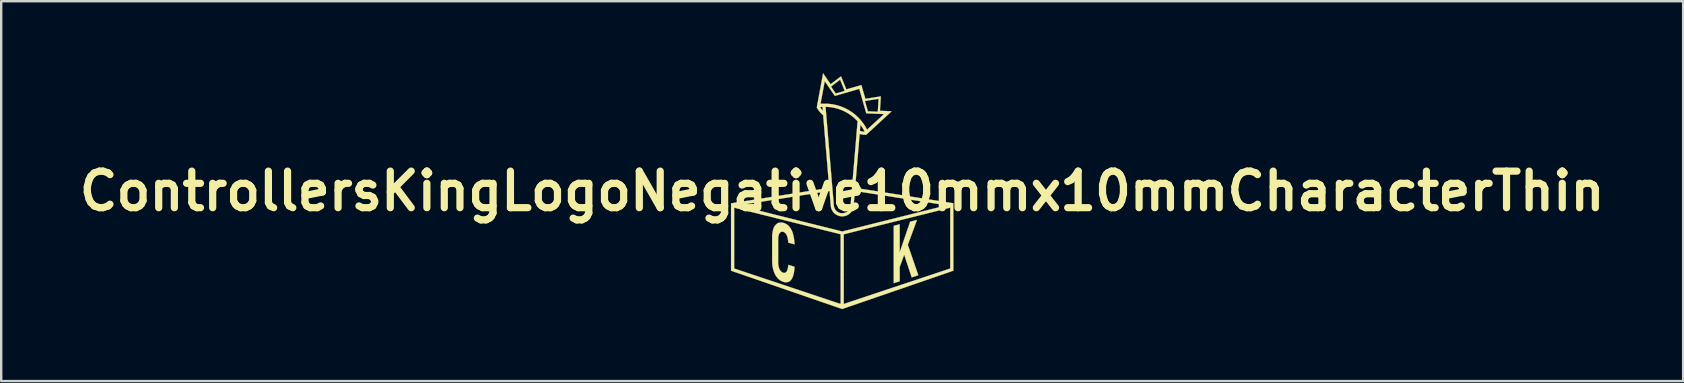
<source format=kicad_pcb>
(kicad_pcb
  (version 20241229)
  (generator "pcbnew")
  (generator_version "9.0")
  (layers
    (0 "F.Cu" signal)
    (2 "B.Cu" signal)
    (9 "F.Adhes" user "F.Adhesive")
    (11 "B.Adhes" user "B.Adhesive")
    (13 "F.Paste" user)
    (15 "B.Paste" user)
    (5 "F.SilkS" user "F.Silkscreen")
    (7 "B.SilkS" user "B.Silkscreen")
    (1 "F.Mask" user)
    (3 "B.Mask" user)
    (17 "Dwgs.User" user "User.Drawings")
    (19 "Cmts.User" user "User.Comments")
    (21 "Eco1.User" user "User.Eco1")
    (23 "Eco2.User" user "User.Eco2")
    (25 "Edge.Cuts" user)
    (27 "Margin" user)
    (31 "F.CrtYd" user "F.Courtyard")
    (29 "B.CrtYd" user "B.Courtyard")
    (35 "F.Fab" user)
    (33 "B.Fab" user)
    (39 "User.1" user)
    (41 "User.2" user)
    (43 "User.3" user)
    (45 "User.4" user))
  (footprint "ControllersKingLogoNegative10mmx10mmCharacterThin"
    (layer "F.Cu")
    (at 32.048 4.916)
    (property "Reference" "ControllersKingLogoNegative10mmx10mmCharacterThin" (at 0 0 0) (layer "F.SilkS") (effects (font (size 1.524 1.524) (thickness 0.3))))
    (attr through_hole)
    (fp_poly (pts (xy 3.115 1.202) (xy 3.115 1.202) (xy 3.114 1.205) (xy 3.113 1.209) (xy 3.111 1.214) (xy 3.109 1.221) (xy 3.106 1.229) (xy 3.102 1.238) (xy 3.098 1.249) (xy 3.094 1.261) (xy 3.089 1.274) (xy 3.084 1.289) (xy 3.078 1.304) (xy 3.072 1.321) (xy 3.065 1.339) (xy 3.059 1.357) (xy 3.051 1.377) (xy 3.044 1.398) (xy 3.036 1.419) (xy 3.028 1.441) (xy 3.019 1.464) (xy 3.011 1.488) (xy 3.002 1.513) (xy 2.992 1.538) (xy 2.983 1.564) (xy 2.973 1.59) (xy 2.963 1.617) (xy 2.953 1.645) (xy 2.943 1.673) (xy 2.932 1.701) (xy 2.926 1.719) (xy 2.915 1.748) (xy 2.905 1.776) (xy 2.894 1.804) (xy 2.884 1.831) (xy 2.875 1.858) (xy 2.865 1.884) (xy 2.856 1.91) (xy 2.846 1.935) (xy 2.837 1.959) (xy 2.829 1.983) (xy 2.82 2.006) (xy 2.812 2.028) (xy 2.805 2.049) (xy 2.797 2.069) (xy 2.79 2.088) (xy 2.783 2.107) (xy 2.777 2.124) (xy 2.771 2.14) (xy 2.765 2.156) (xy 2.76 2.17) (xy 2.756 2.182) (xy 2.751 2.194) (xy 2.748 2.204) (xy 2.744 2.213) (xy 2.741 2.221) (xy 2.739 2.227) (xy 2.737 2.232) (xy 2.736 2.236) (xy 2.736 2.237) (xy 2.735 2.238) (xy 2.736 2.239) (xy 2.737 2.241) (xy 2.738 2.245) (xy 2.74 2.25) (xy 2.742 2.257) (xy 2.745 2.266) (xy 2.748 2.275) (xy 2.752 2.286) (xy 2.756 2.299) (xy 2.761 2.312) (xy 2.766 2.327) (xy 2.771 2.343) (xy 2.777 2.36) (xy 2.784 2.378) (xy 2.79 2.397) (xy 2.797 2.418) (xy 2.805 2.439) (xy 2.812 2.461) (xy 2.82 2.484) (xy 2.828 2.508) (xy 2.837 2.533) (xy 2.846 2.559) (xy 2.855 2.585) (xy 2.864 2.612) (xy 2.874 2.64) (xy 2.884 2.669) (xy 2.894 2.698) (xy 2.904 2.727) (xy 2.914 2.757) (xy 2.925 2.788) (xy 2.936 2.819) (xy 2.947 2.851) (xy 2.954 2.872) (xy 2.965 2.904) (xy 2.976 2.935) (xy 2.986 2.966) (xy 2.997 2.996) (xy 3.007 3.026) (xy 3.017 3.056) (xy 3.027 3.085) (xy 3.037 3.113) (xy 3.047 3.141) (xy 3.056 3.167) (xy 3.065 3.194) (xy 3.074 3.219) (xy 3.082 3.243) (xy 3.09 3.267) (xy 3.098 3.29) (xy 3.106 3.312) (xy 3.113 3.333) (xy 3.12 3.353) (xy 3.126 3.371) (xy 3.132 3.389) (xy 3.138 3.406) (xy 3.143 3.421) (xy 3.148 3.436) (xy 3.153 3.449) (xy 3.157 3.461) (xy 3.161 3.471) (xy 3.164 3.48) (xy 3.166 3.488) (xy 3.169 3.494) (xy 3.17 3.499) (xy 3.171 3.503) (xy 3.172 3.505) (xy 3.172 3.505) (xy 3.171 3.505) (xy 3.169 3.506) (xy 3.165 3.507) (xy 3.16 3.509) (xy 3.154 3.511) (xy 3.146 3.514) (xy 3.138 3.516) (xy 3.128 3.519) (xy 3.118 3.523) (xy 3.107 3.526) (xy 3.096 3.53) (xy 3.084 3.534) (xy 3.072 3.537) (xy 3.059 3.541) (xy 3.046 3.546) (xy 3.033 3.55) (xy 3.021 3.554) (xy 3.008 3.558) (xy 2.995 3.562) (xy 2.983 3.566) (xy 2.971 3.57) (xy 2.96 3.573) (xy 2.949 3.576) (xy 2.939 3.58) (xy 2.93 3.583) (xy 2.921 3.585) (xy 2.914 3.587) (xy 2.908 3.589) (xy 2.903 3.591) (xy 2.899 3.592) (xy 2.897 3.593) (xy 2.897 3.593) (xy 2.896 3.592) (xy 2.895 3.589) (xy 2.894 3.586) (xy 2.892 3.58) (xy 2.89 3.573) (xy 2.887 3.565) (xy 2.884 3.556) (xy 2.881 3.545) (xy 2.877 3.533) (xy 2.872 3.519) (xy 2.867 3.505) (xy 2.862 3.489) (xy 2.857 3.473) (xy 2.851 3.455) (xy 2.845 3.436) (xy 2.838 3.417) (xy 2.832 3.396) (xy 2.825 3.375) (xy 2.817 3.352) (xy 2.81 3.33) (xy 2.802 3.306) (xy 2.794 3.282) (xy 2.786 3.257) (xy 2.777 3.231) (xy 2.769 3.205) (xy 2.76 3.178) (xy 2.751 3.151) (xy 2.742 3.124) (xy 2.741 3.12) (xy 2.732 3.092) (xy 2.723 3.065) (xy 2.714 3.039) (xy 2.705 3.013) (xy 2.697 2.987) (xy 2.689 2.962) (xy 2.681 2.938) (xy 2.673 2.914) (xy 2.665 2.891) (xy 2.658 2.868) (xy 2.651 2.847) (xy 2.644 2.826) (xy 2.638 2.807) (xy 2.631 2.788) (xy 2.626 2.77) (xy 2.62 2.753) (xy 2.615 2.737) (xy 2.61 2.723) (xy 2.606 2.709) (xy 2.601 2.697) (xy 2.598 2.686) (xy 2.595 2.676) (xy 2.592 2.668) (xy 2.59 2.661) (xy 2.588 2.655) (xy 2.586 2.651) (xy 2.585 2.648) (xy 2.585 2.647) (xy 2.585 2.647) (xy 2.585 2.648) (xy 2.584 2.65) (xy 2.582 2.654) (xy 2.58 2.659) (xy 2.578 2.666) (xy 2.575 2.674) (xy 2.572 2.683) (xy 2.568 2.693) (xy 2.564 2.704) (xy 2.559 2.717) (xy 2.554 2.73) (xy 2.549 2.744) (xy 2.543 2.759) (xy 2.537 2.775) (xy 2.531 2.792) (xy 2.525 2.81) (xy 2.518 2.828) (xy 2.511 2.846) (xy 2.504 2.866) (xy 2.497 2.885) (xy 2.491 2.902) (xy 2.397 3.157) (xy 2.397 3.456) (xy 2.397 3.755) (xy 2.274 3.794) (xy 2.26 3.799) (xy 2.246 3.803) (xy 2.233 3.807) (xy 2.221 3.811) (xy 2.209 3.815) (xy 2.198 3.819) (xy 2.188 3.822) (xy 2.179 3.825) (xy 2.171 3.827) (xy 2.164 3.83) (xy 2.158 3.832) (xy 2.154 3.833) (xy 2.151 3.834) (xy 2.149 3.834) (xy 2.149 3.834) (xy 2.147 3.835) (xy 2.148 1.444) (xy 2.272 1.413) (xy 2.286 1.409) (xy 2.299 1.406) (xy 2.313 1.403) (xy 2.325 1.4) (xy 2.337 1.397) (xy 2.348 1.394) (xy 2.358 1.391) (xy 2.367 1.389) (xy 2.375 1.387) (xy 2.382 1.385) (xy 2.388 1.384) (xy 2.392 1.383) (xy 2.395 1.382) (xy 2.396 1.382) (xy 2.396 1.382) (xy 2.396 1.383) (xy 2.396 1.385) (xy 2.396 1.389) (xy 2.396 1.395) (xy 2.396 1.402) (xy 2.396 1.411) (xy 2.397 1.421) (xy 2.397 1.432) (xy 2.397 1.445) (xy 2.397 1.459) (xy 2.397 1.475) (xy 2.397 1.491) (xy 2.397 1.509) (xy 2.397 1.528) (xy 2.397 1.548) (xy 2.397 1.569) (xy 2.397 1.591) (xy 2.397 1.614) (xy 2.397 1.638) (xy 2.397 1.663) (xy 2.397 1.688) (xy 2.397 1.715) (xy 2.397 1.742) (xy 2.397 1.77) (xy 2.397 1.798) (xy 2.397 1.828) (xy 2.397 1.857) (xy 2.397 1.887) (xy 2.397 1.918) (xy 2.397 1.949) (xy 2.397 1.964) (xy 2.397 2.547) (xy 2.613 1.915) (xy 2.624 1.883) (xy 2.635 1.851) (xy 2.646 1.82) (xy 2.656 1.79) (xy 2.666 1.76) (xy 2.676 1.73) (xy 2.686 1.701) (xy 2.696 1.673) (xy 2.705 1.645) (xy 2.715 1.618) (xy 2.724 1.592) (xy 2.732 1.567) (xy 2.741 1.542) (xy 2.749 1.518) (xy 2.757 1.495) (xy 2.764 1.473) (xy 2.772 1.452) (xy 2.778 1.432) (xy 2.785 1.413) (xy 2.791 1.395) (xy 2.797 1.378) (xy 2.802 1.362) (xy 2.807 1.348) (xy 2.812 1.335) (xy 2.816 1.323) (xy 2.819 1.312) (xy 2.823 1.303) (xy 2.825 1.295) (xy 2.827 1.288) (xy 2.829 1.283) (xy 2.83 1.28) (xy 2.831 1.278) (xy 2.831 1.277) (xy 2.833 1.272) (xy 2.974 1.237) (xy 2.989 1.233) (xy 3.004 1.229) (xy 3.018 1.226) (xy 3.031 1.222) (xy 3.044 1.219) (xy 3.056 1.216) (xy 3.067 1.213) (xy 3.078 1.211) (xy 3.087 1.209) (xy 3.095 1.207) (xy 3.102 1.205) (xy 3.107 1.204) (xy 3.111 1.203) (xy 3.114 1.202) (xy 3.115 1.202) (xy 3.115 1.202)) (stroke (width 0.01) (type solid)) (fill yes) (layer "F.SilkS"))
    (fp_poly (pts (xy -2.542 1.307) (xy -2.534 1.307) (xy -2.526 1.307) (xy -2.519 1.308) (xy -2.513 1.308) (xy -2.512 1.308) (xy -2.5 1.31) (xy -2.486 1.313) (xy -2.472 1.316) (xy -2.457 1.32) (xy -2.442 1.324) (xy -2.427 1.329) (xy -2.413 1.334) (xy -2.399 1.339) (xy -2.392 1.342) (xy -2.369 1.352) (xy -2.346 1.363) (xy -2.324 1.376) (xy -2.303 1.389) (xy -2.282 1.404) (xy -2.275 1.41) (xy -2.264 1.419) (xy -2.253 1.429) (xy -2.241 1.439) (xy -2.23 1.45) (xy -2.22 1.46) (xy -2.211 1.471) (xy -2.206 1.477) (xy -2.184 1.505) (xy -2.163 1.535) (xy -2.143 1.566) (xy -2.125 1.597) (xy -2.108 1.63) (xy -2.093 1.663) (xy -2.079 1.696) (xy -2.07 1.722) (xy -2.067 1.73) (xy -2.064 1.74) (xy -2.061 1.751) (xy -2.058 1.762) (xy -2.054 1.775) (xy -2.051 1.788) (xy -2.047 1.801) (xy -2.044 1.814) (xy -2.04 1.827) (xy -2.037 1.84) (xy -2.034 1.852) (xy -2.034 1.852) (xy -2.022 1.906) (xy -2.012 1.96) (xy -2.004 2.014) (xy -1.997 2.068) (xy -1.992 2.122) (xy -1.99 2.152) (xy -1.99 2.158) (xy -1.989 2.165) (xy -1.989 2.172) (xy -1.989 2.179) (xy -1.988 2.186) (xy -1.988 2.193) (xy -1.988 2.199) (xy -1.988 2.205) (xy -1.987 2.21) (xy -1.987 2.213) (xy -1.987 2.215) (xy -1.987 2.216) (xy -1.988 2.216) (xy -1.991 2.215) (xy -1.994 2.214) (xy -1.999 2.213) (xy -2.006 2.211) (xy -2.013 2.209) (xy -2.022 2.207) (xy -2.031 2.205) (xy -2.041 2.202) (xy -2.052 2.199) (xy -2.063 2.196) (xy -2.075 2.193) (xy -2.087 2.189) (xy -2.099 2.186) (xy -2.112 2.182) (xy -2.124 2.179) (xy -2.137 2.176) (xy -2.149 2.172) (xy -2.161 2.169) (xy -2.173 2.166) (xy -2.184 2.162) (xy -2.195 2.16) (xy -2.205 2.157) (xy -2.214 2.154) (xy -2.222 2.152) (xy -2.229 2.15) (xy -2.235 2.148) (xy -2.24 2.147) (xy -2.243 2.146) (xy -2.245 2.145) (xy -2.246 2.145) (xy -2.246 2.144) (xy -2.246 2.142) (xy -2.247 2.138) (xy -2.247 2.134) (xy -2.247 2.131) (xy -2.25 2.09) (xy -2.255 2.048) (xy -2.262 2.006) (xy -2.27 1.965) (xy -2.28 1.924) (xy -2.282 1.916) (xy -2.29 1.889) (xy -2.299 1.864) (xy -2.31 1.839) (xy -2.322 1.816) (xy -2.336 1.793) (xy -2.35 1.772) (xy -2.353 1.769) (xy -2.365 1.754) (xy -2.377 1.741) (xy -2.391 1.729) (xy -2.406 1.719) (xy -2.422 1.71) (xy -2.438 1.702) (xy -2.452 1.698) (xy -2.463 1.694) (xy -2.474 1.692) (xy -2.484 1.69) (xy -2.494 1.689) (xy -2.503 1.689) (xy -2.514 1.69) (xy -2.514 1.69) (xy -2.528 1.693) (xy -2.541 1.697) (xy -2.553 1.702) (xy -2.565 1.708) (xy -2.576 1.716) (xy -2.587 1.726) (xy -2.594 1.734) (xy -2.606 1.748) (xy -2.616 1.762) (xy -2.625 1.777) (xy -2.633 1.793) (xy -2.639 1.81) (xy -2.643 1.82) (xy -2.651 1.851) (xy -2.658 1.883) (xy -2.663 1.915) (xy -2.667 1.948) (xy -2.669 1.971) (xy -2.669 1.973) (xy -2.669 1.976) (xy -2.669 1.981) (xy -2.669 1.988) (xy -2.669 1.996) (xy -2.669 2.006) (xy -2.669 2.016) (xy -2.669 2.029) (xy -2.669 2.042) (xy -2.669 2.057) (xy -2.669 2.072) (xy -2.669 2.089) (xy -2.669 2.107) (xy -2.669 2.125) (xy -2.669 2.145) (xy -2.669 2.165) (xy -2.669 2.186) (xy -2.669 2.208) (xy -2.669 2.231) (xy -2.669 2.254) (xy -2.669 2.277) (xy -2.669 2.302) (xy -2.67 2.326) (xy -2.67 2.351) (xy -2.67 2.376) (xy -2.67 2.402) (xy -2.67 2.427) (xy -2.67 2.453) (xy -2.67 2.479) (xy -2.67 2.505) (xy -2.67 2.53) (xy -2.67 2.556) (xy -2.67 2.582) (xy -2.67 2.607) (xy -2.67 2.632) (xy -2.669 2.657) (xy -2.669 2.681) (xy -2.669 2.705) (xy -2.669 2.728) (xy -2.669 2.751) (xy -2.669 2.773) (xy -2.669 2.795) (xy -2.669 2.816) (xy -2.669 2.836) (xy -2.669 2.855) (xy -2.669 2.873) (xy -2.669 2.89) (xy -2.669 2.906) (xy -2.669 2.922) (xy -2.669 2.935) (xy -2.669 2.948) (xy -2.669 2.96) (xy -2.669 2.97) (xy -2.669 2.979) (xy -2.669 2.986) (xy -2.669 2.992) (xy -2.669 2.996) (xy -2.669 2.999) (xy -2.669 3) (xy -2.667 3.031) (xy -2.664 3.062) (xy -2.659 3.093) (xy -2.654 3.124) (xy -2.647 3.155) (xy -2.644 3.164) (xy -2.637 3.189) (xy -2.629 3.214) (xy -2.619 3.238) (xy -2.608 3.26) (xy -2.596 3.283) (xy -2.583 3.302) (xy -2.577 3.311) (xy -2.572 3.319) (xy -2.566 3.326) (xy -2.56 3.332) (xy -2.554 3.339) (xy -2.553 3.34) (xy -2.54 3.352) (xy -2.527 3.363) (xy -2.513 3.373) (xy -2.499 3.382) (xy -2.483 3.39) (xy -2.466 3.397) (xy -2.46 3.399) (xy -2.452 3.402) (xy -2.444 3.404) (xy -2.438 3.405) (xy -2.431 3.406) (xy -2.425 3.407) (xy -2.417 3.407) (xy -2.417 3.407) (xy -2.404 3.407) (xy -2.392 3.405) (xy -2.38 3.402) (xy -2.369 3.397) (xy -2.364 3.395) (xy -2.356 3.39) (xy -2.347 3.383) (xy -2.339 3.376) (xy -2.33 3.367) (xy -2.322 3.358) (xy -2.314 3.347) (xy -2.307 3.336) (xy -2.302 3.329) (xy -2.298 3.322) (xy -2.295 3.315) (xy -2.292 3.309) (xy -2.289 3.301) (xy -2.286 3.293) (xy -2.283 3.284) (xy -2.281 3.278) (xy -2.271 3.243) (xy -2.263 3.207) (xy -2.256 3.172) (xy -2.251 3.136) (xy -2.248 3.1) (xy -2.247 3.086) (xy -2.247 3.082) (xy -2.247 3.078) (xy -2.246 3.074) (xy -2.246 3.073) (xy -2.246 3.072) (xy -2.245 3.072) (xy -2.243 3.073) (xy -2.239 3.074) (xy -2.234 3.075) (xy -2.228 3.077) (xy -2.22 3.079) (xy -2.212 3.082) (xy -2.202 3.085) (xy -2.192 3.088) (xy -2.182 3.091) (xy -2.17 3.094) (xy -2.158 3.098) (xy -2.154 3.099) (xy -2.141 3.103) (xy -2.128 3.107) (xy -2.115 3.111) (xy -2.102 3.115) (xy -2.089 3.119) (xy -2.077 3.122) (xy -2.066 3.126) (xy -2.055 3.129) (xy -2.045 3.132) (xy -2.037 3.135) (xy -2.03 3.137) (xy -2.025 3.138) (xy -1.988 3.149) (xy -1.988 3.164) (xy -1.989 3.193) (xy -1.99 3.223) (xy -1.993 3.254) (xy -1.996 3.286) (xy -2 3.318) (xy -2.005 3.349) (xy -2.01 3.381) (xy -2.015 3.406) (xy -2.019 3.422) (xy -2.022 3.438) (xy -2.026 3.454) (xy -2.03 3.47) (xy -2.034 3.486) (xy -2.038 3.502) (xy -2.043 3.517) (xy -2.047 3.531) (xy -2.051 3.545) (xy -2.055 3.557) (xy -2.059 3.568) (xy -2.061 3.573) (xy -2.072 3.598) (xy -2.083 3.622) (xy -2.095 3.644) (xy -2.107 3.665) (xy -2.12 3.684) (xy -2.134 3.701) (xy -2.148 3.717) (xy -2.163 3.732) (xy -2.179 3.745) (xy -2.195 3.756) (xy -2.211 3.766) (xy -2.229 3.775) (xy -2.239 3.779) (xy -2.257 3.785) (xy -2.277 3.79) (xy -2.296 3.794) (xy -2.305 3.795) (xy -2.31 3.796) (xy -2.316 3.796) (xy -2.323 3.797) (xy -2.329 3.797) (xy -2.335 3.798) (xy -2.341 3.798) (xy -2.345 3.798) (xy -2.347 3.798) (xy -2.35 3.798) (xy -2.354 3.798) (xy -2.357 3.798) (xy -2.377 3.796) (xy -2.397 3.793) (xy -2.417 3.789) (xy -2.437 3.784) (xy -2.448 3.78) (xy -2.452 3.778) (xy -2.457 3.777) (xy -2.463 3.775) (xy -2.468 3.773) (xy -2.468 3.773) (xy -2.496 3.762) (xy -2.523 3.75) (xy -2.549 3.736) (xy -2.575 3.721) (xy -2.6 3.705) (xy -2.623 3.687) (xy -2.646 3.668) (xy -2.647 3.667) (xy -2.665 3.65) (xy -2.683 3.631) (xy -2.701 3.611) (xy -2.719 3.589) (xy -2.736 3.567) (xy -2.752 3.543) (xy -2.768 3.518) (xy -2.783 3.493) (xy -2.797 3.467) (xy -2.811 3.441) (xy -2.823 3.414) (xy -2.835 3.387) (xy -2.845 3.36) (xy -2.846 3.357) (xy -2.856 3.327) (xy -2.865 3.296) (xy -2.874 3.263) (xy -2.882 3.229) (xy -2.89 3.195) (xy -2.897 3.16) (xy -2.903 3.124) (xy -2.908 3.088) (xy -2.912 3.052) (xy -2.915 3.016) (xy -2.917 2.996) (xy -2.917 2.993) (xy -2.917 2.99) (xy -2.917 2.987) (xy -2.917 2.985) (xy -2.918 2.982) (xy -2.918 2.979) (xy -2.918 2.975) (xy -2.918 2.972) (xy -2.918 2.968) (xy -2.918 2.964) (xy -2.918 2.959) (xy -2.918 2.954) (xy -2.918 2.948) (xy -2.918 2.942) (xy -2.919 2.936) (xy -2.919 2.929) (xy -2.919 2.921) (xy -2.919 2.912) (xy -2.919 2.903) (xy -2.919 2.893) (xy -2.919 2.883) (xy -2.919 2.871) (xy -2.919 2.858) (xy -2.919 2.845) (xy -2.919 2.831) (xy -2.919 2.815) (xy -2.919 2.799) (xy -2.919 2.782) (xy -2.919 2.763) (xy -2.919 2.743) (xy -2.919 2.722) (xy -2.919 2.7) (xy -2.919 2.677) (xy -2.919 2.652) (xy -2.919 2.626) (xy -2.919 2.598) (xy -2.919 2.569) (xy -2.919 2.539) (xy -2.919 2.507) (xy -2.919 2.473) (xy -2.919 2.438) (xy -2.919 2.407) (xy -2.919 2.371) (xy -2.919 2.336) (xy -2.919 2.271) (xy -2.919 2.241) (xy -2.919 2.213) (xy -2.919 2.186) (xy -2.919 2.16) (xy -2.919 2.135) (xy -2.919 2.112) (xy -2.919 2.091) (xy -2.919 2.07) (xy -2.919 2.051) (xy -2.919 2.033) (xy -2.919 2.016) (xy -2.919 2) (xy -2.919 1.986) (xy -2.919 1.972) (xy -2.919 1.959) (xy -2.919 1.947) (xy -2.919 1.936) (xy -2.919 1.926) (xy -2.919 1.917) (xy -2.919 1.909) (xy -2.919 1.901) (xy -2.919 1.894) (xy -2.919 1.887) (xy -2.919 1.882) (xy -2.919 1.877) (xy -2.919 1.872) (xy -2.919 1.868) (xy -2.919 1.864) (xy -2.919 1.861) (xy -2.918 1.858) (xy -2.918 1.856) (xy -2.918 1.854) (xy -2.918 1.852) (xy -2.918 1.85) (xy -2.918 1.85) (xy -2.915 1.812) (xy -2.911 1.775) (xy -2.906 1.739) (xy -2.9 1.703) (xy -2.892 1.667) (xy -2.889 1.65) (xy -2.886 1.638) (xy -2.882 1.625) (xy -2.879 1.612) (xy -2.875 1.598) (xy -2.871 1.585) (xy -2.867 1.572) (xy -2.863 1.56) (xy -2.861 1.552) (xy -2.852 1.527) (xy -2.841 1.503) (xy -2.829 1.481) (xy -2.815 1.459) (xy -2.801 1.438) (xy -2.784 1.418) (xy -2.767 1.399) (xy -2.748 1.381) (xy -2.728 1.364) (xy -2.719 1.357) (xy -2.711 1.351) (xy -2.703 1.346) (xy -2.695 1.342) (xy -2.686 1.337) (xy -2.685 1.337) (xy -2.664 1.327) (xy -2.642 1.32) (xy -2.619 1.314) (xy -2.597 1.309) (xy -2.589 1.308) (xy -2.584 1.308) (xy -2.577 1.307) (xy -2.569 1.307) (xy -2.56 1.307) (xy -2.551 1.307) (xy -2.542 1.307)) (stroke (width 0.01) (type solid)) (fill yes) (layer "F.SilkS"))
    (fp_poly (pts (xy -0.795 -4.91) (xy -0.794 -4.908) (xy -0.792 -4.905) (xy -0.788 -4.9) (xy -0.784 -4.894) (xy -0.78 -4.887) (xy -0.774 -4.879) (xy -0.768 -4.87) (xy -0.761 -4.86) (xy -0.754 -4.849) (xy -0.745 -4.838) (xy -0.737 -4.825) (xy -0.728 -4.812) (xy -0.718 -4.797) (xy -0.708 -4.783) (xy -0.697 -4.767) (xy -0.686 -4.751) (xy -0.675 -4.735) (xy -0.663 -4.718) (xy -0.651 -4.7) (xy -0.639 -4.683) (xy -0.627 -4.665) (xy -0.615 -4.648) (xy -0.604 -4.631) (xy -0.592 -4.614) (xy -0.581 -4.598) (xy -0.571 -4.583) (xy -0.561 -4.568) (xy -0.551 -4.554) (xy -0.542 -4.54) (xy -0.533 -4.528) (xy -0.525 -4.516) (xy -0.517 -4.505) (xy -0.511 -4.495) (xy -0.504 -4.486) (xy -0.499 -4.478) (xy -0.494 -4.471) (xy -0.49 -4.465) (xy -0.487 -4.461) (xy -0.485 -4.458) (xy -0.483 -4.456) (xy -0.483 -4.455) (xy -0.482 -4.455) (xy -0.48 -4.457) (xy -0.477 -4.459) (xy -0.472 -4.462) (xy -0.467 -4.467) (xy -0.46 -4.471) (xy -0.453 -4.477) (xy -0.444 -4.484) (xy -0.435 -4.491) (xy -0.425 -4.498) (xy -0.414 -4.507) (xy -0.402 -4.516) (xy -0.39 -4.525) (xy -0.377 -4.535) (xy -0.363 -4.545) (xy -0.349 -4.555) (xy -0.335 -4.566) (xy -0.321 -4.577) (xy -0.306 -4.589) (xy -0.29 -4.6) (xy -0.275 -4.612) (xy -0.259 -4.624) (xy -0.244 -4.636) (xy -0.229 -4.647) (xy -0.214 -4.658) (xy -0.2 -4.669) (xy -0.186 -4.68) (xy -0.173 -4.689) (xy -0.161 -4.699) (xy -0.149 -4.708) (xy -0.138 -4.716) (xy -0.129 -4.723) (xy -0.12 -4.73) (xy -0.112 -4.736) (xy -0.106 -4.74) (xy -0.105 -4.741) (xy -0.096 -4.748) (xy -0.088 -4.754) (xy -0.08 -4.76) (xy -0.073 -4.765) (xy -0.067 -4.77) (xy -0.061 -4.774) (xy -0.057 -4.778) (xy -0.053 -4.78) (xy -0.05 -4.782) (xy -0.049 -4.783) (xy -0.049 -4.783) (xy -0.048 -4.783) (xy -0.047 -4.78) (xy -0.046 -4.777) (xy -0.044 -4.771) (xy -0.041 -4.765) (xy -0.038 -4.757) (xy -0.034 -4.748) (xy -0.03 -4.738) (xy -0.025 -4.726) (xy -0.02 -4.714) (xy -0.015 -4.701) (xy -0.009 -4.686) (xy -0.003 -4.671) (xy 0.004 -4.655) (xy 0.011 -4.638) (xy 0.018 -4.621) (xy 0.025 -4.603) (xy 0.033 -4.584) (xy 0.04 -4.565) (xy 0.049 -4.545) (xy 0.057 -4.525) (xy 0.061 -4.514) (xy 0.069 -4.494) (xy 0.077 -4.474) (xy 0.085 -4.454) (xy 0.093 -4.435) (xy 0.101 -4.416) (xy 0.108 -4.399) (xy 0.115 -4.381) (xy 0.122 -4.365) (xy 0.128 -4.349) (xy 0.134 -4.334) (xy 0.14 -4.32) (xy 0.145 -4.307) (xy 0.15 -4.295) (xy 0.154 -4.284) (xy 0.158 -4.275) (xy 0.162 -4.266) (xy 0.165 -4.259) (xy 0.167 -4.253) (xy 0.169 -4.248) (xy 0.17 -4.245) (xy 0.171 -4.243) (xy 0.171 -4.243) (xy 0.172 -4.24) (xy 0.486 -4.33) (xy 0.508 -4.337) (xy 0.531 -4.343) (xy 0.552 -4.349) (xy 0.573 -4.355) (xy 0.594 -4.361) (xy 0.614 -4.367) (xy 0.633 -4.372) (xy 0.651 -4.378) (xy 0.669 -4.383) (xy 0.686 -4.387) (xy 0.701 -4.392) (xy 0.716 -4.396) (xy 0.73 -4.4) (xy 0.743 -4.404) (xy 0.755 -4.407) (xy 0.765 -4.41) (xy 0.774 -4.413) (xy 0.782 -4.415) (xy 0.789 -4.417) (xy 0.794 -4.418) (xy 0.797 -4.419) (xy 0.799 -4.42) (xy 0.8 -4.42) (xy 0.8 -4.419) (xy 0.801 -4.417) (xy 0.802 -4.413) (xy 0.804 -4.408) (xy 0.805 -4.401) (xy 0.808 -4.393) (xy 0.811 -4.383) (xy 0.814 -4.373) (xy 0.817 -4.361) (xy 0.821 -4.348) (xy 0.825 -4.334) (xy 0.829 -4.319) (xy 0.833 -4.304) (xy 0.838 -4.287) (xy 0.843 -4.269) (xy 0.848 -4.251) (xy 0.854 -4.232) (xy 0.86 -4.213) (xy 0.865 -4.192) (xy 0.871 -4.172) (xy 0.877 -4.15) (xy 0.882 -4.133) (xy 0.89 -4.107) (xy 0.897 -4.083) (xy 0.903 -4.06) (xy 0.909 -4.039) (xy 0.915 -4.019) (xy 0.92 -4) (xy 0.925 -3.983) (xy 0.93 -3.967) (xy 0.934 -3.953) (xy 0.938 -3.939) (xy 0.941 -3.927) (xy 0.945 -3.916) (xy 0.948 -3.906) (xy 0.95 -3.897) (xy 0.953 -3.888) (xy 0.955 -3.881) (xy 0.957 -3.875) (xy 0.958 -3.869) (xy 0.96 -3.864) (xy 0.961 -3.86) (xy 0.962 -3.857) (xy 0.963 -3.854) (xy 0.964 -3.851) (xy 0.964 -3.85) (xy 0.965 -3.848) (xy 0.965 -3.848) (xy 0.966 -3.847) (xy 0.966 -3.847) (xy 0.966 -3.847) (xy 0.967 -3.847) (xy 0.969 -3.847) (xy 0.973 -3.848) (xy 0.979 -3.849) (xy 0.986 -3.85) (xy 0.994 -3.851) (xy 1.004 -3.853) (xy 1.015 -3.855) (xy 1.027 -3.857) (xy 1.041 -3.859) (xy 1.055 -3.861) (xy 1.071 -3.864) (xy 1.087 -3.866) (xy 1.105 -3.869) (xy 1.123 -3.872) (xy 1.142 -3.875) (xy 1.162 -3.878) (xy 1.183 -3.882) (xy 1.204 -3.885) (xy 1.226 -3.888) (xy 1.248 -3.892) (xy 1.271 -3.896) (xy 1.288 -3.898) (xy 1.311 -3.902) (xy 1.334 -3.906) (xy 1.356 -3.909) (xy 1.377 -3.913) (xy 1.398 -3.916) (xy 1.419 -3.919) (xy 1.438 -3.923) (xy 1.457 -3.926) (xy 1.475 -3.928) (xy 1.493 -3.931) (xy 1.509 -3.934) (xy 1.524 -3.936) (xy 1.538 -3.938) (xy 1.551 -3.941) (xy 1.563 -3.942) (xy 1.574 -3.944) (xy 1.583 -3.946) (xy 1.591 -3.947) (xy 1.598 -3.948) (xy 1.603 -3.949) (xy 1.607 -3.949) (xy 1.609 -3.949) (xy 1.609 -3.949) (xy 1.609 -3.949) (xy 1.609 -3.946) (xy 1.609 -3.942) (xy 1.609 -3.936) (xy 1.608 -3.929) (xy 1.608 -3.921) (xy 1.607 -3.911) (xy 1.606 -3.9) (xy 1.606 -3.888) (xy 1.605 -3.875) (xy 1.604 -3.86) (xy 1.603 -3.845) (xy 1.602 -3.828) (xy 1.601 -3.811) (xy 1.6 -3.793) (xy 1.599 -3.774) (xy 1.598 -3.754) (xy 1.596 -3.733) (xy 1.595 -3.712) (xy 1.594 -3.691) (xy 1.593 -3.669) (xy 1.591 -3.649) (xy 1.59 -3.627) (xy 1.589 -3.605) (xy 1.587 -3.583) (xy 1.586 -3.562) (xy 1.585 -3.542) (xy 1.584 -3.522) (xy 1.582 -3.503) (xy 1.581 -3.485) (xy 1.58 -3.468) (xy 1.579 -3.452) (xy 1.578 -3.436) (xy 1.578 -3.422) (xy 1.577 -3.409) (xy 1.576 -3.397) (xy 1.575 -3.386) (xy 1.575 -3.376) (xy 1.574 -3.368) (xy 1.574 -3.361) (xy 1.574 -3.356) (xy 1.573 -3.352) (xy 1.573 -3.35) (xy 1.573 -3.349) (xy 1.574 -3.349) (xy 1.577 -3.349) (xy 1.58 -3.349) (xy 1.585 -3.348) (xy 1.591 -3.348) (xy 1.598 -3.348) (xy 1.606 -3.347) (xy 1.614 -3.347) (xy 1.615 -3.347) (xy 1.623 -3.347) (xy 1.633 -3.346) (xy 1.643 -3.346) (xy 1.654 -3.345) (xy 1.667 -3.345) (xy 1.679 -3.344) (xy 1.692 -3.344) (xy 1.705 -3.343) (xy 1.717 -3.343) (xy 1.728 -3.342) (xy 1.756 -3.341) (xy 1.782 -3.34) (xy 1.807 -3.339) (xy 1.831 -3.338) (xy 1.852 -3.337) (xy 1.873 -3.336) (xy 1.892 -3.335) (xy 1.91 -3.334) (xy 1.926 -3.334) (xy 1.941 -3.333) (xy 1.955 -3.333) (xy 1.968 -3.332) (xy 1.98 -3.332) (xy 1.99 -3.331) (xy 2 -3.331) (xy 2.009 -3.33) (xy 2.016 -3.33) (xy 2.023 -3.33) (xy 2.029 -3.329) (xy 2.035 -3.329) (xy 2.04 -3.329) (xy 2.044 -3.329) (xy 2.047 -3.329) (xy 2.05 -3.328) (xy 2.052 -3.328) (xy 2.054 -3.328) (xy 2.056 -3.328) (xy 2.057 -3.328) (xy 2.058 -3.328) (xy 2.058 -3.328) (xy 2.059 -3.328) (xy 2.059 -3.328) (xy 2.059 -3.328) (xy 2.059 -3.328) (xy 2.058 -3.327) (xy 2.056 -3.326) (xy 2.053 -3.323) (xy 2.049 -3.319) (xy 2.044 -3.314) (xy 2.037 -3.308) (xy 2.029 -3.3) (xy 2.021 -3.292) (xy 2.011 -3.283) (xy 1.999 -3.273) (xy 1.987 -3.261) (xy 1.974 -3.249) (xy 1.96 -3.236) (xy 1.944 -3.222) (xy 1.928 -3.206) (xy 1.911 -3.19) (xy 1.892 -3.173) (xy 1.873 -3.155) (xy 1.852 -3.137) (xy 1.831 -3.117) (xy 1.809 -3.097) (xy 1.786 -3.075) (xy 1.762 -3.053) (xy 1.737 -3.03) (xy 1.711 -3.006) (xy 1.684 -2.981) (xy 1.657 -2.956) (xy 1.629 -2.93) (xy 1.599 -2.903) (xy 1.57 -2.875) (xy 1.539 -2.847) (xy 1.507 -2.818) (xy 1.475 -2.788) (xy 1.442 -2.758) (xy 1.409 -2.727) (xy 1.374 -2.695) (xy 1.339 -2.663) (xy 1.303 -2.63) (xy 1.267 -2.596) (xy 1.23 -2.562) (xy 1.211 -2.544) (xy 1.195 -2.529) (xy 1.179 -2.515) (xy 1.163 -2.501) (xy 1.148 -2.487) (xy 1.134 -2.473) (xy 1.12 -2.46) (xy 1.106 -2.448) (xy 1.093 -2.436) (xy 1.081 -2.425) (xy 1.069 -2.414) (xy 1.058 -2.404) (xy 1.048 -2.394) (xy 1.039 -2.386) (xy 1.03 -2.378) (xy 1.023 -2.371) (xy 1.016 -2.365) (xy 1.011 -2.36) (xy 1.006 -2.355) (xy 1.003 -2.352) (xy 1 -2.35) (xy 0.999 -2.349) (xy 0.999 -2.349) (xy 0.997 -2.347) (xy 0.945 -2.351) (xy 0.93 -2.352) (xy 0.917 -2.353) (xy 0.905 -2.354) (xy 0.894 -2.355) (xy 0.884 -2.355) (xy 0.875 -2.356) (xy 0.867 -2.357) (xy 0.86 -2.358) (xy 0.853 -2.358) (xy 0.846 -2.359) (xy 0.84 -2.36) (xy 0.833 -2.361) (xy 0.826 -2.362) (xy 0.826 -2.362) (xy 0.8 -2.366) (xy 0.776 -2.372) (xy 0.752 -2.378) (xy 0.734 -2.384) (xy 0.73 -2.385) (xy 0.728 -2.386) (xy 0.727 -2.386) (xy 0.727 -2.386) (xy 0.727 -2.385) (xy 0.727 -2.382) (xy 0.726 -2.378) (xy 0.726 -2.372) (xy 0.725 -2.365) (xy 0.724 -2.356) (xy 0.723 -2.346) (xy 0.722 -2.334) (xy 0.721 -2.321) (xy 0.72 -2.306) (xy 0.719 -2.29) (xy 0.717 -2.273) (xy 0.716 -2.254) (xy 0.714 -2.234) (xy 0.712 -2.213) (xy 0.71 -2.19) (xy 0.708 -2.167) (xy 0.706 -2.142) (xy 0.704 -2.116) (xy 0.702 -2.089) (xy 0.7 -2.061) (xy 0.697 -2.032) (xy 0.695 -2.001) (xy 0.689 -1.938) (xy 0.687 -1.905) (xy 0.684 -1.871) (xy 0.681 -1.837) (xy 0.678 -1.801) (xy 0.675 -1.765) (xy 0.672 -1.728) (xy 0.669 -1.69) (xy 0.665 -1.651) (xy 0.662 -1.612) (xy 0.659 -1.573) (xy 0.655 -1.532) (xy 0.652 -1.491) (xy 0.648 -1.45) (xy 0.645 -1.408) (xy 0.641 -1.365) (xy 0.638 -1.322) (xy 0.634 -1.279) (xy 0.633 -1.265) (xy 0.629 -1.221) (xy 0.626 -1.178) (xy 0.622 -1.136) (xy 0.619 -1.094) (xy 0.615 -1.052) (xy 0.612 -1.011) (xy 0.608 -0.97) (xy 0.605 -0.93) (xy 0.602 -0.891) (xy 0.598 -0.852) (xy 0.595 -0.814) (xy 0.592 -0.776) (xy 0.589 -0.74) (xy 0.586 -0.704) (xy 0.583 -0.669) (xy 0.58 -0.635) (xy 0.577 -0.601) (xy 0.575 -0.569) (xy 0.572 -0.537) (xy 0.57 -0.507) (xy 0.567 -0.477) (xy 0.565 -0.449) (xy 0.562 -0.421) (xy 0.56 -0.395) (xy 0.558 -0.37) (xy 0.556 -0.346) (xy 0.554 -0.323) (xy 0.552 -0.301) (xy 0.551 -0.28) (xy 0.549 -0.261) (xy 0.547 -0.243) (xy 0.546 -0.227) (xy 0.545 -0.211) (xy 0.544 -0.198) (xy 0.543 -0.185) (xy 0.542 -0.174) (xy 0.541 -0.165) (xy 0.54 -0.157) (xy 0.54 -0.151) (xy 0.539 -0.146) (xy 0.539 -0.143) (xy 0.539 -0.141) (xy 0.539 -0.141) (xy 0.538 -0.137) (xy 0.884 -0.083) (xy 0.908 -0.079) (xy 0.932 -0.075) (xy 0.956 -0.071) (xy 0.98 -0.068) (xy 1.002 -0.064) (xy 1.025 -0.061) (xy 1.047 -0.057) (xy 1.068 -0.054) (xy 1.088 -0.051) (xy 1.108 -0.048) (xy 1.127 -0.045) (xy 1.145 -0.042) (xy 1.162 -0.039) (xy 1.178 -0.037) (xy 1.193 -0.034) (xy 1.207 -0.032) (xy 1.219 -0.03) (xy 1.23 -0.028) (xy 1.24 -0.027) (xy 1.249 -0.026) (xy 1.256 -0.024) (xy 1.262 -0.024) (xy 1.266 -0.023) (xy 1.267 -0.023) (xy 1.273 -0.022) (xy 1.281 -0.021) (xy 1.29 -0.019) (xy 1.301 -0.017) (xy 1.313 -0.015) (xy 1.327 -0.013) (xy 1.342 -0.011) (xy 1.358 -0.008) (xy 1.376 -0.006) (xy 1.395 -0.003) (xy 1.415 0.001) (xy 1.437 0.004) (xy 1.46 0.007) (xy 1.483 0.011) (xy 1.508 0.015) (xy 1.535 0.019) (xy 1.562 0.023) (xy 1.59 0.028) (xy 1.62 0.033) (xy 1.65 0.037) (xy 1.681 0.042) (xy 1.713 0.047) (xy 1.747 0.052) (xy 1.78 0.058) (xy 1.815 0.063) (xy 1.851 0.069) (xy 1.887 0.074) (xy 1.925 0.08) (xy 1.962 0.086) (xy 2.001 0.092) (xy 2.04 0.098) (xy 2.08 0.105) (xy 2.121 0.111) (xy 2.162 0.117) (xy 2.203 0.124) (xy 2.245 0.13) (xy 2.288 0.137) (xy 2.331 0.144) (xy 2.374 0.151) (xy 2.418 0.158) (xy 2.462 0.164) (xy 2.506 0.171) (xy 2.551 0.178) (xy 2.596 0.185) (xy 2.641 0.193) (xy 2.687 0.2) (xy 2.732 0.207) (xy 2.778 0.214) (xy 2.824 0.221) (xy 2.87 0.228) (xy 2.916 0.235) (xy 2.962 0.243) (xy 3.008 0.25) (xy 3.054 0.257) (xy 3.1 0.264) (xy 3.146 0.271) (xy 3.191 0.279) (xy 3.237 0.286) (xy 3.282 0.293) (xy 3.327 0.3) (xy 3.372 0.307) (xy 3.416 0.314) (xy 3.461 0.321) (xy 3.504 0.328) (xy 3.548 0.334) (xy 3.591 0.341) (xy 3.634 0.348) (xy 3.676 0.354) (xy 3.717 0.361) (xy 3.759 0.367) (xy 3.799 0.374) (xy 3.839 0.38) (xy 3.878 0.386) (xy 3.917 0.392) (xy 3.955 0.398) (xy 3.993 0.404) (xy 4.029 0.41) (xy 4.065 0.415) (xy 4.1 0.421) (xy 4.134 0.426) (xy 4.167 0.431) (xy 4.2 0.436) (xy 4.231 0.441) (xy 4.262 0.446) (xy 4.291 0.451) (xy 4.32 0.455) (xy 4.347 0.46) (xy 4.374 0.464) (xy 4.399 0.468) (xy 4.423 0.471) (xy 4.446 0.475) (xy 4.468 0.478) (xy 4.489 0.482) (xy 4.508 0.485) (xy 4.526 0.487) (xy 4.543 0.49) (xy 4.558 0.492) (xy 4.572 0.495) (xy 4.584 0.497) (xy 4.595 0.498) (xy 4.605 0.5) (xy 4.613 0.501) (xy 4.62 0.502) (xy 4.625 0.503) (xy 4.628 0.503) (xy 4.63 0.504) (xy 4.63 0.504) (xy 4.63 0.505) (xy 4.631 0.507) (xy 4.631 0.511) (xy 4.631 0.517) (xy 4.631 0.525) (xy 4.631 0.534) (xy 4.631 0.545) (xy 4.631 0.558) (xy 4.631 0.572) (xy 4.631 0.588) (xy 4.631 0.606) (xy 4.631 0.625) (xy 4.631 0.646) (xy 4.631 0.668) (xy 4.631 0.693) (xy 4.631 0.719) (xy 4.631 0.746) (xy 4.631 0.775) (xy 4.631 0.806) (xy 4.631 0.839) (xy 4.631 0.873) (xy 4.631 0.909) (xy 4.631 0.946) (xy 4.631 0.985) (xy 4.631 1.026) (xy 4.631 1.068) (xy 4.631 1.112) (xy 4.631 1.157) (xy 4.631 1.204) (xy 4.631 1.253) (xy 4.631 1.304) (xy 4.631 1.356) (xy 4.631 1.464) (xy 4.631 1.521) (xy 4.631 1.579) (xy 4.631 1.639) (xy 4.631 1.701) (xy 4.631 1.764) (xy 4.631 1.829) (xy 4.631 1.895) (xy 4.631 1.91) (xy 4.631 3.316) (xy 4.6 3.326) (xy 4.598 3.327) (xy 4.595 3.328) (xy 4.59 3.329) (xy 4.584 3.332) (xy 4.576 3.334) (xy 4.567 3.338) (xy 4.556 3.341) (xy 4.544 3.345) (xy 4.53 3.35) (xy 4.515 3.355) (xy 4.499 3.361) (xy 4.481 3.367) (xy 4.461 3.374) (xy 4.441 3.381) (xy 4.419 3.388) (xy 4.396 3.396) (xy 4.371 3.405) (xy 4.346 3.414) (xy 4.319 3.423) (xy 4.291 3.433) (xy 4.261 3.443) (xy 4.231 3.453) (xy 4.199 3.464) (xy 4.166 3.475) (xy 4.132 3.487) (xy 4.097 3.499) (xy 4.061 3.512) (xy 4.024 3.524) (xy 3.986 3.538) (xy 3.947 3.551) (xy 3.907 3.565) (xy 3.866 3.579) (xy 3.823 3.594) (xy 3.78 3.608) (xy 3.737 3.624) (xy 3.692 3.639) (xy 3.646 3.655) (xy 3.6 3.671) (xy 3.552 3.687) (xy 3.504 3.704) (xy 3.455 3.72) (xy 3.406 3.738) (xy 3.355 3.755) (xy 3.304 3.773) (xy 3.252 3.79) (xy 3.2 3.808) (xy 3.147 3.827) (xy 3.093 3.845) (xy 3.038 3.864) (xy 2.983 3.883) (xy 2.928 3.902) (xy 2.871 3.922) (xy 2.815 3.941) (xy 2.757 3.961) (xy 2.7 3.981) (xy 2.642 4.001) (xy 2.583 4.021) (xy 2.524 4.041) (xy 2.464 4.062) (xy 2.404 4.083) (xy 2.344 4.103) (xy 2.285 4.124) (xy 2.225 4.144) (xy 2.165 4.165) (xy 2.105 4.186) (xy 2.045 4.206) (xy 1.987 4.227) (xy 1.928 4.247) (xy 1.87 4.267) (xy 1.813 4.287) (xy 1.756 4.306) (xy 1.699 4.326) (xy 1.643 4.345) (xy 1.588 4.364) (xy 1.533 4.383) (xy 1.479 4.401) (xy 1.426 4.42) (xy 1.373 4.438) (xy 1.321 4.456) (xy 1.269 4.474) (xy 1.219 4.491) (xy 1.169 4.508) (xy 1.119 4.525) (xy 1.071 4.542) (xy 1.023 4.558) (xy 0.976 4.575) (xy 0.93 4.59) (xy 0.885 4.606) (xy 0.841 4.621) (xy 0.798 4.636) (xy 0.755 4.651) (xy 0.714 4.665) (xy 0.673 4.679) (xy 0.633 4.693) (xy 0.595 4.706) (xy 0.557 4.719) (xy 0.521 4.731) (xy 0.485 4.744) (xy 0.451 4.756) (xy 0.418 4.767) (xy 0.385 4.778) (xy 0.354 4.789) (xy 0.324 4.799) (xy 0.296 4.809) (xy 0.268 4.818) (xy 0.242 4.827) (xy 0.217 4.836) (xy 0.193 4.844) (xy 0.171 4.852) (xy 0.149 4.859) (xy 0.129 4.866) (xy 0.111 4.873) (xy 0.094 4.878) (xy 0.078 4.884) (xy 0.063 4.889) (xy 0.05 4.893) (xy 0.039 4.897) (xy 0.029 4.901) (xy 0.02 4.904) (xy 0.013 4.906) (xy 0.007 4.908) (xy 0.003 4.909) (xy 0.001 4.91) (xy -0.000251 4.911) (xy -0.000257 4.911) (xy -0.002 4.91) (xy -0.004 4.91) (xy -0.008 4.908) (xy -0.011 4.907) (xy -0.014 4.906) (xy -0.018 4.905) (xy -0.024 4.903) (xy -0.031 4.901) (xy -0.039 4.898) (xy -0.048 4.895) (xy -0.058 4.891) (xy -0.069 4.887) (xy -0.081 4.883) (xy -0.094 4.879) (xy -0.107 4.874) (xy -0.121 4.869) (xy -0.135 4.865) (xy -0.15 4.86) (xy -0.165 4.854) (xy -0.179 4.849) (xy -0.194 4.844) (xy -0.209 4.839) (xy -0.224 4.834) (xy -0.238 4.829) (xy -0.252 4.824) (xy -0.265 4.82) (xy -0.278 4.815) (xy -0.291 4.811) (xy -0.302 4.807) (xy -0.307 4.805) (xy -0.311 4.804) (xy -0.315 4.803) (xy -0.322 4.8) (xy -0.33 4.798) (xy -0.339 4.794) (xy -0.35 4.791) (xy -0.362 4.786) (xy -0.376 4.782) (xy -0.391 4.776) (xy -0.408 4.771) (xy -0.426 4.764) (xy -0.445 4.758) (xy -0.466 4.751) (xy -0.488 4.743) (xy -0.511 4.735) (xy -0.536 4.726) (xy -0.562 4.718) (xy -0.589 4.708) (xy -0.617 4.699) (xy -0.646 4.688) (xy -0.677 4.678) (xy -0.709 4.667) (xy -0.742 4.656) (xy -0.776 4.644) (xy -0.811 4.632) (xy -0.847 4.619) (xy -0.884 4.607) (xy -0.922 4.594) (xy -0.961 4.58) (xy -1.001 4.566) (xy -1.042 4.552) (xy -1.084 4.538) (xy -1.126 4.523) (xy -1.17 4.508) (xy -1.214 4.493) (xy -1.26 4.477) (xy -1.306 4.461) (xy -1.353 4.445) (xy -1.4 4.429) (xy -1.449 4.412) (xy -1.498 4.395) (xy -1.547 4.378) (xy -1.598 4.36) (xy -1.649 4.343) (xy -1.701 4.325) (xy -1.753 4.307) (xy -1.806 4.289) (xy -1.859 4.27) (xy -1.913 4.252) (xy -1.968 4.233) (xy -2.023 4.214) (xy -2.078 4.195) (xy -2.134 4.176) (xy -2.191 4.156) (xy -2.247 4.137) (xy -2.305 4.117) (xy -2.362 4.097) (xy -2.42 4.077) (xy -2.478 4.057) (xy -2.482 4.056) (xy -2.54 4.036) (xy -2.597 4.016) (xy -2.654 3.996) (xy -2.711 3.977) (xy -2.768 3.957) (xy -2.824 3.938) (xy -2.879 3.919) (xy -2.934 3.9) (xy -2.989 3.881) (xy -3.043 3.863) (xy -3.096 3.844) (xy -3.149 3.826) (xy -3.201 3.808) (xy -3.253 3.79) (xy -3.304 3.772) (xy -3.355 3.755) (xy -3.404 3.738) (xy -3.453 3.721) (xy -3.502 3.704) (xy -3.549 3.688) (xy -3.596 3.672) (xy -3.642 3.656) (xy -3.687 3.64) (xy -3.732 3.625) (xy -3.775 3.61) (xy -3.818 3.595) (xy -3.86 3.581) (xy -3.901 3.567) (xy -3.941 3.553) (xy -3.98 3.54) (xy -4.018 3.527) (xy -4.055 3.514) (xy -4.091 3.501) (xy -4.126 3.489) (xy -4.16 3.478) (xy -4.192 3.466) (xy -4.224 3.455) (xy -4.255 3.445) (xy -4.284 3.435) (xy -4.313 3.425) (xy -4.34 3.416) (xy -4.366 3.407) (xy -4.39 3.398) (xy -4.414 3.39) (xy -4.436 3.383) (xy -4.457 3.375) (xy -4.476 3.369) (xy -4.494 3.362) (xy -4.511 3.357) (xy -4.527 3.351) (xy -4.541 3.347) (xy -4.553 3.342) (xy -4.564 3.338) (xy -4.574 3.335) (xy -4.582 3.332) (xy -4.589 3.33) (xy -4.594 3.328) (xy -4.598 3.327) (xy -4.6 3.326) (xy -4.6 3.326) (xy -4.631 3.316) (xy -4.631 1.912) (xy -4.631 1.515) (xy -4.503 1.515) (xy -4.503 1.599) (xy -4.503 1.642) (xy -4.503 1.686) (xy -4.503 1.73) (xy -4.503 1.774) (xy -4.503 1.819) (xy -4.503 1.865) (xy -4.503 1.911) (xy -4.503 1.956) (xy -4.503 3.224) (xy -2.284 3.963) (xy -2.224 3.983) (xy -2.165 4.003) (xy -2.106 4.023) (xy -2.047 4.042) (xy -1.989 4.062) (xy -1.931 4.081) (xy -1.874 4.1) (xy -1.817 4.119) (xy -1.761 4.138) (xy -1.706 4.156) (xy -1.65 4.174) (xy -1.596 4.193) (xy -1.542 4.211) (xy -1.489 4.228) (xy -1.436 4.246) (xy -1.384 4.263) (xy -1.333 4.28) (xy -1.282 4.297) (xy -1.232 4.314) (xy -1.183 4.33) (xy -1.135 4.346) (xy -1.087 4.362) (xy -1.041 4.378) (xy -0.995 4.393) (xy -0.95 4.408) (xy -0.905 4.423) (xy -0.862 4.437) (xy -0.82 4.451) (xy -0.778 4.465) (xy -0.738 4.479) (xy -0.698 4.492) (xy -0.66 4.505) (xy -0.622 4.517) (xy -0.586 4.529) (xy -0.55 4.541) (xy -0.516 4.553) (xy -0.482 4.564) (xy -0.45 4.575) (xy -0.419 4.585) (xy -0.389 4.595) (xy -0.36 4.604) (xy -0.333 4.614) (xy -0.307 4.622) (xy -0.282 4.631) (xy -0.258 4.639) (xy -0.235 4.646) (xy -0.214 4.653) (xy -0.194 4.66) (xy -0.175 4.666) (xy -0.158 4.672) (xy -0.142 4.677) (xy -0.128 4.682) (xy -0.115 4.686) (xy -0.103 4.69) (xy -0.093 4.694) (xy -0.084 4.696) (xy -0.077 4.699) (xy -0.072 4.701) (xy -0.068 4.702) (xy -0.065 4.703) (xy -0.064 4.703) (xy -0.064 4.703) (xy -0.064 4.702) (xy -0.064 4.7) (xy -0.064 4.696) (xy -0.064 4.69) (xy -0.064 4.683) (xy -0.064 4.674) (xy -0.064 4.663) (xy -0.064 4.651) (xy -0.064 4.638) (xy -0.064 4.623) (xy -0.064 4.607) (xy -0.064 4.589) (xy -0.064 4.57) (xy -0.064 4.55) (xy -0.064 4.528) (xy -0.064 4.505) (xy -0.064 4.481) (xy -0.064 4.455) (xy -0.064 4.429) (xy -0.064 4.401) (xy -0.064 4.372) (xy -0.064 4.342) (xy -0.064 4.311) (xy -0.064 4.279) (xy -0.064 4.245) (xy -0.064 4.211) (xy -0.064 4.176) (xy -0.064 4.14) (xy -0.064 4.102) (xy -0.064 4.064) (xy -0.064 4.025) (xy -0.064 3.986) (xy -0.064 3.945) (xy -0.064 3.904) (xy -0.064 3.862) (xy -0.064 3.819) (xy -0.064 3.775) (xy -0.064 3.731) (xy -0.064 3.686) (xy -0.064 3.64) (xy -0.064 3.594) (xy -0.064 3.548) (xy -0.064 3.5) (xy -0.064 3.453) (xy -0.064 3.404) (xy -0.064 3.356) (xy -0.064 3.306) (xy -0.064 3.257) (xy -0.064 3.25) (xy -0.064 1.797) (xy 0.064 1.797) (xy 0.064 3.48) (xy 0.064 3.534) (xy 0.064 3.586) (xy 0.064 3.636) (xy 0.064 3.685) (xy 0.064 3.732) (xy 0.064 3.778) (xy 0.064 3.822) (xy 0.064 3.865) (xy 0.064 3.907) (xy 0.064 3.947) (xy 0.064 3.985) (xy 0.064 4.023) (xy 0.064 4.059) (xy 0.064 4.094) (xy 0.064 4.127) (xy 0.064 4.159) (xy 0.064 4.191) (xy 0.064 4.22) (xy 0.064 4.249) (xy 0.064 4.277) (xy 0.064 4.303) (xy 0.064 4.328) (xy 0.064 4.352) (xy 0.064 4.376) (xy 0.064 4.398) (xy 0.064 4.419) (xy 0.064 4.439) (xy 0.064 4.458) (xy 0.064 4.476) (xy 0.064 4.494) (xy 0.064 4.51) (xy 0.064 4.525) (xy 0.064 4.54) (xy 0.064 4.554) (xy 0.064 4.567) (xy 0.064 4.579) (xy 0.064 4.591) (xy 0.064 4.602) (xy 0.064 4.612) (xy 0.064 4.621) (xy 0.064 4.63) (xy 0.064 4.638) (xy 0.064 4.645) (xy 0.064 4.652) (xy 0.064 4.659) (xy 0.064 4.664) (xy 0.064 4.67) (xy 0.064 4.675) (xy 0.064 4.679) (xy 0.064 4.683) (xy 0.064 4.686) (xy 0.064 4.689) (xy 0.064 4.692) (xy 0.064 4.694) (xy 0.064 4.696) (xy 0.065 4.698) (xy 0.065 4.699) (xy 0.065 4.7) (xy 0.065 4.701) (xy 0.065 4.702) (xy 0.065 4.702) (xy 0.065 4.703) (xy 0.065 4.703) (xy 0.065 4.703) (xy 0.065 4.703) (xy 0.066 4.703) (xy 0.068 4.702) (xy 0.072 4.7) (xy 0.078 4.699) (xy 0.085 4.696) (xy 0.093 4.693) (xy 0.103 4.69) (xy 0.115 4.686) (xy 0.142 4.677) (xy 0.158 4.672) (xy 0.175 4.666) (xy 0.194 4.66) (xy 0.214 4.653) (xy 0.235 4.646) (xy 0.281 4.631) (xy 0.306 4.623) (xy 0.332 4.614) (xy 0.36 4.605) (xy 0.388 4.595) (xy 0.418 4.585) (xy 0.481 4.564) (xy 0.515 4.553) (xy 0.549 4.542) (xy 0.584 4.53) (xy 0.621 4.518) (xy 0.658 4.505) (xy 0.697 4.492) (xy 0.736 4.479) (xy 0.777 4.466) (xy 0.818 4.452) (xy 0.861 4.438) (xy 0.904 4.423) (xy 0.948 4.409) (xy 0.993 4.393) (xy 1.039 4.378) (xy 1.086 4.363) (xy 1.133 4.347) (xy 1.182 4.331) (xy 1.231 4.314) (xy 1.28 4.298) (xy 1.331 4.281) (xy 1.382 4.264) (xy 1.434 4.246) (xy 1.487 4.229) (xy 1.54 4.211) (xy 1.594 4.193) (xy 1.648 4.175) (xy 1.703 4.157) (xy 1.759 4.138) (xy 1.815 4.119) (xy 1.872 4.101) (xy 1.929 4.082) (xy 1.987 4.062) (xy 2.045 4.043) (xy 2.103 4.023) (xy 2.162 4.004) (xy 2.222 3.984) (xy 2.281 3.964) (xy 2.285 3.963) (xy 4.503 3.224) (xy 4.503 1.956) (xy 4.503 1.909) (xy 4.503 1.863) (xy 4.503 1.818) (xy 4.503 1.773) (xy 4.503 1.728) (xy 4.503 1.684) (xy 4.503 1.641) (xy 4.503 1.598) (xy 4.503 1.514) (xy 4.503 1.473) (xy 4.503 1.433) (xy 4.503 1.393) (xy 4.503 1.354) (xy 4.503 1.316) (xy 4.503 1.279) (xy 4.503 1.243) (xy 4.503 1.207) (xy 4.503 1.173) (xy 4.503 1.139) (xy 4.503 1.107) (xy 4.503 1.075) (xy 4.503 1.044) (xy 4.503 1.015) (xy 4.503 0.986) (xy 4.503 0.959) (xy 4.503 0.932) (xy 4.503 0.907) (xy 4.503 0.883) (xy 4.503 0.861) (xy 4.503 0.839) (xy 4.503 0.819) (xy 4.503 0.8) (xy 4.503 0.783) (xy 4.503 0.767) (xy 4.503 0.752) (xy 4.503 0.739) (xy 4.503 0.727) (xy 4.503 0.717) (xy 4.503 0.708) (xy 4.503 0.7) (xy 4.503 0.695) (xy 4.503 0.691) (xy 4.503 0.688) (xy 4.503 0.687) (xy 4.502 0.688) (xy 4.499 0.688) (xy 4.495 0.689) (xy 4.49 0.691) (xy 4.483 0.692) (xy 4.474 0.695) (xy 4.464 0.697) (xy 4.452 0.7) (xy 4.439 0.703) (xy 4.424 0.707) (xy 4.408 0.711) (xy 4.39 0.716) (xy 4.371 0.72) (xy 4.351 0.725) (xy 4.33 0.731) (xy 4.307 0.736) (xy 4.282 0.742) (xy 4.257 0.749) (xy 4.23 0.756) (xy 4.202 0.763) (xy 4.173 0.77) (xy 4.142 0.777) (xy 4.111 0.785) (xy 4.078 0.794) (xy 4.044 0.802) (xy 4.009 0.811) (xy 3.973 0.82) (xy 3.936 0.829) (xy 3.898 0.839) (xy 3.858 0.848) (xy 3.818 0.859) (xy 3.777 0.869) (xy 3.734 0.879) (xy 3.691 0.89) (xy 3.647 0.901) (xy 3.602 0.912) (xy 3.556 0.924) (xy 3.51 0.936) (xy 3.462 0.947) (xy 3.414 0.96) (xy 3.364 0.972) (xy 3.314 0.984) (xy 3.264 0.997) (xy 3.212 1.01) (xy 3.16 1.023) (xy 3.107 1.036) (xy 3.054 1.05) (xy 3 1.063) (xy 2.945 1.077) (xy 2.889 1.091) (xy 2.833 1.105) (xy 2.777 1.119) (xy 2.72 1.133) (xy 2.662 1.147) (xy 2.604 1.162) (xy 2.545 1.177) (xy 2.486 1.191) (xy 2.427 1.206) (xy 2.367 1.221) (xy 2.307 1.236) (xy 2.283 1.242) (xy 0.064 1.797) (xy -0.064 1.797) (xy -2.283 1.242) (xy -2.343 1.227) (xy -2.403 1.212) (xy -2.463 1.197) (xy -2.522 1.182) (xy -2.581 1.168) (xy -2.639 1.153) (xy -2.697 1.139) (xy -2.754 1.124) (xy -2.811 1.11) (xy -2.867 1.096) (xy -2.923 1.082) (xy -2.978 1.068) (xy -3.033 1.055) (xy -3.086 1.041) (xy -3.139 1.028) (xy -3.192 1.015) (xy -3.244 1.002) (xy -3.295 0.989) (xy -3.345 0.977) (xy -3.394 0.964) (xy -3.443 0.952) (xy -3.491 0.94) (xy -3.538 0.928) (xy -3.584 0.917) (xy -3.63 0.906) (xy -3.674 0.894) (xy -3.718 0.884) (xy -3.76 0.873) (xy -3.802 0.863) (xy -3.843 0.852) (xy -3.882 0.842) (xy -3.921 0.833) (xy -3.958 0.823) (xy -3.995 0.814) (xy -4.03 0.805) (xy -4.065 0.797) (xy -4.098 0.789) (xy -4.13 0.781) (xy -4.161 0.773) (xy -4.191 0.765) (xy -4.219 0.758) (xy -4.247 0.751) (xy -4.273 0.745) (xy -4.297 0.739) (xy -4.321 0.733) (xy -4.343 0.727) (xy -4.364 0.722) (xy -4.383 0.717) (xy -4.401 0.713) (xy -4.418 0.709) (xy -4.433 0.705) (xy -4.447 0.701) (xy -4.459 0.698) (xy -4.47 0.696) (xy -4.479 0.693) (xy -4.487 0.691) (xy -4.493 0.69) (xy -4.498 0.689) (xy -4.501 0.688) (xy -4.503 0.687) (xy -4.503 0.687) (xy -4.503 0.688) (xy -4.503 0.691) (xy -4.503 0.695) (xy -4.503 0.701) (xy -4.503 0.708) (xy -4.503 0.717) (xy -4.503 0.727) (xy -4.503 0.739) (xy -4.503 0.752) (xy -4.503 0.767) (xy -4.503 0.783) (xy -4.503 0.801) (xy -4.503 0.82) (xy -4.503 0.84) (xy -4.503 0.862) (xy -4.503 0.884) (xy -4.503 0.908) (xy -4.503 0.933) (xy -4.503 0.96) (xy -4.503 0.987) (xy -4.503 1.016) (xy -4.503 1.045) (xy -4.503 1.076) (xy -4.503 1.108) (xy -4.503 1.14) (xy -4.503 1.174) (xy -4.503 1.209) (xy -4.503 1.244) (xy -4.503 1.28) (xy -4.503 1.318) (xy -4.503 1.356) (xy -4.503 1.395) (xy -4.503 1.434) (xy -4.503 1.474) (xy -4.503 1.515) (xy -4.631 1.515) (xy -4.631 0.594) (xy -4.349 0.594) (xy -4.349 0.594) (xy -4.346 0.594) (xy -4.342 0.595) (xy -4.336 0.597) (xy -4.329 0.599) (xy -4.321 0.601) (xy -4.31 0.603) (xy -4.299 0.606) (xy -4.285 0.61) (xy -4.271 0.613) (xy -4.255 0.617) (xy -4.237 0.622) (xy -4.218 0.626) (xy -4.198 0.631) (xy -4.177 0.637) (xy -4.154 0.643) (xy -4.13 0.649) (xy -4.104 0.655) (xy -4.077 0.662) (xy -4.049 0.669) (xy -4.02 0.676) (xy -3.99 0.684) (xy -3.958 0.691) (xy -3.926 0.7) (xy -3.892 0.708) (xy -3.857 0.717) (xy -3.821 0.726) (xy -3.784 0.735) (xy -3.746 0.745) (xy -3.707 0.754) (xy -3.666 0.764) (xy -3.625 0.775) (xy -3.583 0.785) (xy -3.54 0.796) (xy -3.496 0.807) (xy -3.451 0.818) (xy -3.406 0.83) (xy -3.359 0.841) (xy -3.312 0.853) (xy -3.263 0.865) (xy -3.214 0.878) (xy -3.165 0.89) (xy -3.114 0.903) (xy -3.063 0.915) (xy -3.011 0.928) (xy -2.958 0.942) (xy -2.905 0.955) (xy -2.851 0.968) (xy -2.797 0.982) (xy -2.742 0.996) (xy -2.686 1.01) (xy -2.63 1.024) (xy -2.573 1.038) (xy -2.516 1.052) (xy -2.458 1.067) (xy -2.4 1.081) (xy -2.341 1.096) (xy -2.282 1.111) (xy -2.222 1.126) (xy -2.175 1.137) (xy -2.099 1.156) (xy -2.025 1.175) (xy -1.952 1.193) (xy -1.88 1.211) (xy -1.809 1.229) (xy -1.739 1.247) (xy -1.671 1.264) (xy -1.603 1.28) (xy -1.537 1.297) (xy -1.473 1.313) (xy -1.409 1.329) (xy -1.347 1.344) (xy -1.286 1.36) (xy -1.227 1.375) (xy -1.168 1.389) (xy -1.111 1.403) (xy -1.056 1.417) (xy -1.001 1.431) (xy -0.948 1.444) (xy -0.897 1.457) (xy -0.846 1.47) (xy -0.797 1.482) (xy -0.75 1.494) (xy -0.703 1.505) (xy -0.659 1.516) (xy -0.615 1.527) (xy -0.573 1.538) (xy -0.532 1.548) (xy -0.493 1.558) (xy -0.455 1.567) (xy -0.419 1.576) (xy -0.384 1.585) (xy -0.351 1.593) (xy -0.319 1.601) (xy -0.288 1.609) (xy -0.259 1.616) (xy -0.231 1.623) (xy -0.205 1.63) (xy -0.181 1.636) (xy -0.158 1.641) (xy -0.136 1.647) (xy -0.116 1.652) (xy -0.098 1.656) (xy -0.081 1.661) (xy -0.065 1.664) (xy -0.051 1.668) (xy -0.039 1.671) (xy -0.029 1.673) (xy -0.019 1.676) (xy -0.012 1.678) (xy -0.006 1.679) (xy -0.002 1.68) (xy 0.001 1.681) (xy 0.002 1.681) (xy 0.002 1.681) (xy 0.003 1.681) (xy 0.005 1.68) (xy 0.009 1.679) (xy 0.015 1.678) (xy 0.022 1.676) (xy 0.031 1.674) (xy 0.041 1.671) (xy 0.053 1.668) (xy 0.066 1.665) (xy 0.081 1.661) (xy 0.097 1.657) (xy 0.115 1.653) (xy 0.133 1.648) (xy 0.154 1.643) (xy 0.175 1.637) (xy 0.198 1.632) (xy 0.223 1.626) (xy 0.248 1.619) (xy 0.275 1.613) (xy 0.303 1.606) (xy 0.332 1.598) (xy 0.363 1.591) (xy 0.394 1.583) (xy 0.427 1.575) (xy 0.461 1.566) (xy 0.496 1.557) (xy 0.532 1.548) (xy 0.607 1.529) (xy 0.646 1.52) (xy 0.687 1.51) (xy 0.728 1.499) (xy 0.77 1.489) (xy 0.813 1.478) (xy 0.857 1.467) (xy 0.902 1.456) (xy 0.948 1.444) (xy 0.994 1.433) (xy 1.042 1.421) (xy 1.09 1.409) (xy 1.139 1.396) (xy 1.189 1.384) (xy 1.24 1.371) (xy 1.291 1.359) (xy 1.343 1.346) (xy 1.396 1.332) (xy 1.449 1.319) (xy 1.503 1.306) (xy 1.557 1.292) (xy 1.613 1.278) (xy 1.668 1.264) (xy 1.725 1.25) (xy 1.781 1.236) (xy 1.839 1.222) (xy 1.897 1.207) (xy 1.955 1.192) (xy 2.014 1.178) (xy 2.073 1.163) (xy 2.132 1.148) (xy 2.182 1.136) (xy 2.265 1.115) (xy 2.347 1.095) (xy 2.427 1.074) (xy 2.505 1.055) (xy 2.582 1.036) (xy 2.657 1.017) (xy 2.731 0.999) (xy 2.803 0.981) (xy 2.873 0.963) (xy 2.941 0.946) (xy 3.008 0.929) (xy 3.074 0.913) (xy 3.137 0.897) (xy 3.199 0.881) (xy 3.26 0.866) (xy 3.319 0.851) (xy 3.376 0.837) (xy 3.431 0.823) (xy 3.485 0.81) (xy 3.537 0.797) (xy 3.588 0.784) (xy 3.637 0.772) (xy 3.685 0.76) (xy 3.73 0.748) (xy 3.775 0.737) (xy 3.817 0.727) (xy 3.858 0.716) (xy 3.897 0.707) (xy 3.935 0.697) (xy 3.971 0.688) (xy 4.006 0.679) (xy 4.038 0.671) (xy 4.07 0.663) (xy 4.099 0.656) (xy 4.127 0.649) (xy 4.154 0.642) (xy 4.178 0.636) (xy 4.202 0.63) (xy 4.223 0.625) (xy 4.243 0.62) (xy 4.262 0.615) (xy 4.278 0.611) (xy 4.293 0.607) (xy 4.307 0.604) (xy 4.319 0.601) (xy 4.329 0.598) (xy 4.338 0.596) (xy 4.345 0.594) (xy 4.351 0.593) (xy 4.355 0.592) (xy 4.357 0.591) (xy 4.358 0.591) (xy 4.358 0.591) (xy 4.357 0.59) (xy 4.354 0.59) (xy 4.35 0.589) (xy 4.344 0.589) (xy 4.337 0.587) (xy 4.329 0.586) (xy 4.319 0.585) (xy 4.308 0.583) (xy 4.296 0.581) (xy 4.283 0.579) (xy 4.269 0.577) (xy 4.253 0.574) (xy 4.237 0.572) (xy 4.22 0.569) (xy 4.202 0.566) (xy 4.184 0.563) (xy 4.164 0.56) (xy 4.145 0.557) (xy 4.124 0.554) (xy 4.103 0.551) (xy 4.082 0.547) (xy 4.058 0.544) (xy 4.034 0.54) (xy 4.009 0.536) (xy 3.983 0.532) (xy 3.957 0.528) (xy 3.931 0.524) (xy 3.904 0.52) (xy 3.878 0.515) (xy 3.852 0.511) (xy 3.826 0.507) (xy 3.8 0.503) (xy 3.775 0.499) (xy 3.751 0.496) (xy 3.728 0.492) (xy 3.705 0.488) (xy 3.684 0.485) (xy 3.664 0.482) (xy 3.645 0.479) (xy 3.628 0.476) (xy 3.622 0.475) (xy 3.545 0.463) (xy 3.468 0.451) (xy 3.392 0.439) (xy 3.316 0.427) (xy 3.241 0.416) (xy 3.167 0.404) (xy 3.093 0.393) (xy 3.021 0.381) (xy 2.948 0.37) (xy 2.877 0.359) (xy 2.806 0.348) (xy 2.736 0.337) (xy 2.667 0.326) (xy 2.599 0.315) (xy 2.532 0.305) (xy 2.465 0.294) (xy 2.399 0.284) (xy 2.334 0.274) (xy 2.27 0.264) (xy 2.207 0.254) (xy 2.144 0.244) (xy 2.083 0.234) (xy 2.023 0.225) (xy 1.963 0.216) (xy 1.905 0.206) (xy 1.847 0.197) (xy 1.79 0.189) (xy 1.735 0.18) (xy 1.68 0.171) (xy 1.627 0.163) (xy 1.575 0.155) (xy 1.523 0.147) (xy 1.473 0.139) (xy 1.424 0.131) (xy 1.376 0.124) (xy 1.329 0.116) (xy 1.284 0.109) (xy 1.239 0.102) (xy 1.196 0.095) (xy 1.154 0.089) (xy 1.113 0.082) (xy 1.073 0.076) (xy 1.035 0.07) (xy 0.998 0.064) (xy 0.962 0.059) (xy 0.927 0.053) (xy 0.894 0.048) (xy 0.862 0.043) (xy 0.832 0.038) (xy 0.802 0.034) (xy 0.775 0.03) (xy 0.748 0.025) (xy 0.723 0.022) (xy 0.7 0.018) (xy 0.678 0.014) (xy 0.657 0.011) (xy 0.638 0.008) (xy 0.62 0.005) (xy 0.604 0.003) (xy 0.589 0.001) (xy 0.576 -0.002) (xy 0.564 -0.003) (xy 0.554 -0.005) (xy 0.546 -0.006) (xy 0.539 -0.007) (xy 0.534 -0.008) (xy 0.53 -0.009) (xy 0.528 -0.009) (xy 0.528 -0.009) (xy 0.528 -0.008) (xy 0.528 -0.006) (xy 0.527 -0.002) (xy 0.527 0.004) (xy 0.526 0.011) (xy 0.525 0.019) (xy 0.525 0.029) (xy 0.524 0.04) (xy 0.523 0.052) (xy 0.522 0.066) (xy 0.52 0.08) (xy 0.519 0.096) (xy 0.518 0.112) (xy 0.516 0.13) (xy 0.515 0.148) (xy 0.513 0.167) (xy 0.511 0.187) (xy 0.51 0.207) (xy 0.508 0.228) (xy 0.506 0.25) (xy 0.504 0.272) (xy 0.502 0.295) (xy 0.502 0.302) (xy 0.5 0.325) (xy 0.498 0.348) (xy 0.496 0.37) (xy 0.494 0.391) (xy 0.492 0.413) (xy 0.491 0.433) (xy 0.489 0.453) (xy 0.488 0.472) (xy 0.486 0.49) (xy 0.485 0.507) (xy 0.483 0.524) (xy 0.482 0.539) (xy 0.481 0.553) (xy 0.48 0.567) (xy 0.478 0.579) (xy 0.478 0.589) (xy 0.477 0.599) (xy 0.476 0.607) (xy 0.475 0.614) (xy 0.475 0.619) (xy 0.475 0.623) (xy 0.475 0.625) (xy 0.474 0.625) (xy 0.471 0.653) (xy 0.465 0.68) (xy 0.458 0.707) (xy 0.45 0.733) (xy 0.44 0.758) (xy 0.428 0.783) (xy 0.416 0.807) (xy 0.402 0.83) (xy 0.387 0.852) (xy 0.37 0.873) (xy 0.353 0.893) (xy 0.334 0.913) (xy 0.315 0.931) (xy 0.294 0.948) (xy 0.273 0.964) (xy 0.25 0.979) (xy 0.227 0.992) (xy 0.203 1.004) (xy 0.178 1.015) (xy 0.152 1.025) (xy 0.126 1.033) (xy 0.099 1.039) (xy 0.072 1.044) (xy 0.056 1.046) (xy 0.032 1.048) (xy 0.007 1.049) (xy -0.017 1.049) (xy -0.042 1.047) (xy -0.056 1.046) (xy -0.084 1.042) (xy -0.111 1.036) (xy -0.138 1.029) (xy -0.164 1.02) (xy -0.19 1.01) (xy -0.215 0.998) (xy -0.239 0.985) (xy -0.263 0.971) (xy -0.285 0.955) (xy -0.307 0.938) (xy -0.328 0.919) (xy -0.347 0.9) (xy -0.366 0.879) (xy -0.383 0.857) (xy -0.399 0.834) (xy -0.41 0.817) (xy -0.423 0.793) (xy -0.436 0.768) (xy -0.446 0.742) (xy -0.456 0.715) (xy -0.463 0.688) (xy -0.469 0.66) (xy -0.474 0.632) (xy -0.474 0.632) (xy -0.474 0.63) (xy -0.474 0.627) (xy -0.475 0.622) (xy -0.475 0.615) (xy -0.476 0.607) (xy -0.477 0.598) (xy -0.478 0.588) (xy -0.479 0.576) (xy -0.48 0.563) (xy -0.481 0.549) (xy -0.482 0.534) (xy -0.484 0.517) (xy -0.485 0.5) (xy -0.487 0.483) (xy -0.488 0.464) (xy -0.49 0.445) (xy -0.492 0.425) (xy -0.493 0.404) (xy -0.495 0.383) (xy -0.497 0.361) (xy -0.499 0.339) (xy -0.501 0.317) (xy -0.502 0.294) (xy -0.504 0.271) (xy -0.506 0.249) (xy -0.508 0.226) (xy -0.51 0.202) (xy -0.512 0.18) (xy -0.514 0.157) (xy -0.516 0.134) (xy -0.518 0.112) (xy -0.518 0.111) (xy -0.519 0.097) (xy -0.52 0.083) (xy -0.521 0.07) (xy -0.522 0.058) (xy -0.523 0.046) (xy -0.524 0.036) (xy -0.525 0.026) (xy -0.526 0.017) (xy -0.526 0.01) (xy -0.527 0.003) (xy -0.527 -0.002) (xy -0.527 -0.005) (xy -0.528 -0.008) (xy -0.528 -0.008) (xy -0.529 -0.008) (xy -0.531 -0.008) (xy -0.535 -0.007) (xy -0.541 -0.006) (xy -0.548 -0.005) (xy -0.557 -0.004) (xy -0.567 -0.002) (xy -0.579 -0.000107) (xy -0.592 0.002) (xy -0.607 0.004) (xy -0.623 0.007) (xy -0.64 0.01) (xy -0.659 0.012) (xy -0.679 0.016) (xy -0.7 0.019) (xy -0.722 0.022) (xy -0.746 0.026) (xy -0.771 0.03) (xy -0.797 0.034) (xy -0.824 0.038) (xy -0.853 0.043) (xy -0.882 0.048) (xy -0.912 0.052) (xy -0.944 0.057) (xy -0.976 0.062) (xy -1.01 0.068) (xy -1.044 0.073) (xy -1.079 0.079) (xy -1.115 0.084) (xy -1.152 0.09) (xy -1.19 0.096) (xy -1.228 0.102) (xy -1.268 0.108) (xy -1.308 0.115) (xy -1.348 0.121) (xy -1.39 0.127) (xy -1.432 0.134) (xy -1.474 0.141) (xy -1.517 0.148) (xy -1.561 0.154) (xy -1.606 0.161) (xy -1.65 0.169) (xy -1.696 0.176) (xy -1.741 0.183) (xy -1.788 0.19) (xy -1.834 0.197) (xy -1.881 0.205) (xy -1.928 0.212) (xy -1.976 0.22) (xy -2.024 0.227) (xy -2.072 0.235) (xy -2.12 0.242) (xy -2.168 0.25) (xy -2.217 0.258) (xy -2.266 0.265) (xy -2.314 0.273) (xy -2.363 0.281) (xy -2.412 0.288) (xy -2.461 0.296) (xy -2.51 0.304) (xy -2.559 0.312) (xy -2.608 0.319) (xy -2.657 0.327) (xy -2.705 0.335) (xy -2.754 0.342) (xy -2.802 0.35) (xy -2.85 0.357) (xy -2.898 0.365) (xy -2.945 0.372) (xy -2.993 0.38) (xy -3.04 0.387) (xy -3.086 0.395) (xy -3.132 0.402) (xy -3.178 0.409) (xy -3.223 0.416) (xy -3.268 0.423) (xy -3.313 0.43) (xy -3.356 0.437) (xy -3.4 0.444) (xy -3.442 0.451) (xy -3.484 0.457) (xy -3.526 0.464) (xy -3.567 0.47) (xy -3.607 0.477) (xy -3.646 0.483) (xy -3.685 0.489) (xy -3.722 0.495) (xy -3.759 0.501) (xy -3.795 0.506) (xy -3.831 0.512) (xy -3.865 0.517) (xy -3.898 0.522) (xy -3.931 0.528) (xy -3.962 0.533) (xy -3.993 0.537) (xy -4.022 0.542) (xy -4.051 0.546) (xy -4.078 0.551) (xy -4.104 0.555) (xy -4.129 0.559) (xy -4.153 0.563) (xy -4.176 0.566) (xy -4.197 0.569) (xy -4.217 0.573) (xy -4.236 0.576) (xy -4.253 0.578) (xy -4.269 0.581) (xy -4.284 0.583) (xy -4.297 0.585) (xy -4.309 0.587) (xy -4.32 0.589) (xy -4.328 0.59) (xy -4.336 0.591) (xy -4.342 0.592) (xy -4.346 0.593) (xy -4.348 0.593) (xy -4.349 0.594) (xy -4.349 0.594) (xy -4.631 0.594) (xy -4.631 0.508) (xy -2.588 0.187) (xy -2.53 0.178) (xy -2.471 0.168) (xy -2.414 0.159) (xy -2.356 0.15) (xy -2.3 0.141) (xy -2.243 0.133) (xy -2.187 0.124) (xy -2.132 0.115) (xy -2.077 0.106) (xy -2.023 0.098) (xy -1.97 0.089) (xy -1.917 0.081) (xy -1.864 0.073) (xy -1.813 0.065) (xy -1.762 0.057) (xy -1.711 0.049) (xy -1.662 0.041) (xy -1.613 0.033) (xy -1.565 0.026) (xy -1.518 0.018) (xy -1.472 0.011) (xy -1.426 0.004) (xy -1.381 -0.003) (xy -1.338 -0.01) (xy -1.295 -0.017) (xy -1.253 -0.023) (xy -1.212 -0.03) (xy -1.172 -0.036) (xy -1.133 -0.042) (xy -1.095 -0.048) (xy -1.058 -0.054) (xy -1.022 -0.06) (xy -0.988 -0.065) (xy -0.954 -0.07) (xy -0.922 -0.076) (xy -0.89 -0.08) (xy -0.86 -0.085) (xy -0.831 -0.09) (xy -0.804 -0.094) (xy -0.777 -0.098) (xy -0.752 -0.102) (xy -0.728 -0.106) (xy -0.706 -0.11) (xy -0.685 -0.113) (xy -0.665 -0.116) (xy -0.647 -0.119) (xy -0.63 -0.122) (xy -0.614 -0.124) (xy -0.6 -0.126) (xy -0.587 -0.128) (xy -0.576 -0.13) (xy -0.567 -0.131) (xy -0.559 -0.133) (xy -0.552 -0.134) (xy -0.547 -0.135) (xy -0.544 -0.135) (xy -0.542 -0.135) (xy -0.542 -0.135) (xy -0.54 -0.136) (xy -0.602 -0.881) (xy -0.606 -0.93) (xy -0.61 -0.98) (xy -0.614 -1.029) (xy -0.618 -1.079) (xy -0.622 -1.128) (xy -0.626 -1.178) (xy -0.631 -1.228) (xy -0.635 -1.277) (xy -0.639 -1.327) (xy -0.643 -1.377) (xy -0.647 -1.426) (xy -0.651 -1.476) (xy -0.655 -1.525) (xy -0.659 -1.574) (xy -0.664 -1.623) (xy -0.668 -1.672) (xy -0.672 -1.72) (xy -0.676 -1.768) (xy -0.68 -1.816) (xy -0.684 -1.863) (xy -0.687 -1.91) (xy -0.691 -1.957) (xy -0.695 -2.003) (xy -0.699 -2.048) (xy -0.703 -2.094) (xy -0.706 -2.138) (xy -0.71 -2.182) (xy -0.714 -2.226) (xy -0.717 -2.269) (xy -0.721 -2.311) (xy -0.724 -2.353) (xy -0.728 -2.394) (xy -0.731 -2.434) (xy -0.734 -2.473) (xy -0.738 -2.512) (xy -0.741 -2.55) (xy -0.744 -2.586) (xy -0.747 -2.623) (xy -0.75 -2.658) (xy -0.753 -2.692) (xy -0.755 -2.725) (xy -0.758 -2.758) (xy -0.761 -2.789) (xy -0.763 -2.819) (xy -0.766 -2.848) (xy -0.768 -2.876) (xy -0.77 -2.903) (xy -0.772 -2.929) (xy -0.775 -2.954) (xy -0.777 -2.977) (xy -0.778 -2.999) (xy -0.78 -3.02) (xy -0.782 -3.04) (xy -0.783 -3.058) (xy -0.785 -3.075) (xy -0.786 -3.09) (xy -0.787 -3.105) (xy -0.788 -3.117) (xy -0.789 -3.128) (xy -0.79 -3.138) (xy -0.791 -3.146) (xy -0.791 -3.153) (xy -0.792 -3.158) (xy -0.792 -3.161) (xy -0.792 -3.163) (xy -0.792 -3.163) (xy -0.793 -3.165) (xy -0.793 -3.167) (xy -0.795 -3.168) (xy -0.797 -3.17) (xy -0.811 -3.18) (xy -0.825 -3.192) (xy -0.839 -3.205) (xy -0.854 -3.219) (xy -0.87 -3.234) (xy -0.885 -3.25) (xy -0.901 -3.267) (xy -0.916 -3.284) (xy -0.926 -3.295) (xy -0.939 -3.31) (xy -0.952 -3.326) (xy -0.964 -3.342) (xy -0.977 -3.359) (xy -0.989 -3.375) (xy -1 -3.391) (xy -1.011 -3.407) (xy -1.021 -3.422) (xy -1.03 -3.436) (xy -1.038 -3.449) (xy -1.039 -3.451) (xy -1.042 -3.456) (xy -1.045 -3.461) (xy -1.048 -3.467) (xy -1.051 -3.472) (xy -1.053 -3.477) (xy -1.055 -3.482) (xy -1.056 -3.485) (xy -1.057 -3.486) (xy -1.057 -3.486) (xy -1.057 -3.486) (xy -1.057 -3.487) (xy -1.057 -3.488) (xy -1.056 -3.489) (xy -1.056 -3.491) (xy -1.056 -3.492) (xy -1.056 -3.494) (xy -1.055 -3.497) (xy -1.055 -3.5) (xy -1.054 -3.503) (xy -1.054 -3.506) (xy -0.917 -3.506) (xy -0.916 -3.505) (xy -0.915 -3.503) (xy -0.914 -3.5) (xy -0.912 -3.496) (xy -0.91 -3.491) (xy -0.907 -3.486) (xy -0.904 -3.481) (xy -0.902 -3.475) (xy -0.899 -3.47) (xy -0.896 -3.466) (xy -0.894 -3.462) (xy -0.893 -3.461) (xy -0.883 -3.444) (xy -0.872 -3.427) (xy -0.86 -3.411) (xy -0.847 -3.393) (xy -0.832 -3.376) (xy -0.829 -3.371) (xy -0.824 -3.365) (xy -0.819 -3.36) (xy -0.816 -3.356) (xy -0.813 -3.353) (xy -0.811 -3.351) (xy -0.81 -3.349) (xy -0.809 -3.348) (xy -0.808 -3.348) (xy -0.808 -3.348) (xy -0.808 -3.349) (xy -0.808 -3.35) (xy -0.808 -3.352) (xy -0.808 -3.356) (xy -0.809 -3.362) (xy -0.809 -3.368) (xy -0.81 -3.376) (xy -0.811 -3.384) (xy -0.811 -3.394) (xy -0.812 -3.404) (xy -0.813 -3.415) (xy -0.814 -3.427) (xy -0.814 -3.431) (xy -0.815 -3.443) (xy -0.816 -3.454) (xy -0.817 -3.464) (xy -0.818 -3.474) (xy -0.819 -3.483) (xy -0.819 -3.491) (xy -0.82 -3.498) (xy -0.821 -3.504) (xy -0.821 -3.508) (xy -0.821 -3.512) (xy -0.821 -3.513) (xy -0.821 -3.513) (xy -0.822 -3.513) (xy -0.824 -3.513) (xy -0.828 -3.513) (xy -0.833 -3.513) (xy -0.839 -3.513) (xy -0.845 -3.512) (xy -0.852 -3.512) (xy -0.86 -3.511) (xy -0.867 -3.511) (xy -0.875 -3.51) (xy -0.883 -3.509) (xy -0.89 -3.509) (xy -0.897 -3.508) (xy -0.903 -3.508) (xy -0.908 -3.507) (xy -0.912 -3.507) (xy -0.915 -3.506) (xy -0.916 -3.506) (xy -0.917 -3.506) (xy -1.054 -3.506) (xy -1.054 -3.507) (xy -1.053 -3.512) (xy -1.052 -3.514) (xy -0.693 -3.514) (xy -0.693 -3.513) (xy -0.693 -3.511) (xy -0.693 -3.507) (xy -0.692 -3.501) (xy -0.691 -3.494) (xy -0.691 -3.485) (xy -0.69 -3.475) (xy -0.689 -3.463) (xy -0.688 -3.45) (xy -0.687 -3.436) (xy -0.685 -3.42) (xy -0.684 -3.403) (xy -0.682 -3.385) (xy -0.681 -3.365) (xy -0.679 -3.345) (xy -0.677 -3.323) (xy -0.675 -3.3) (xy -0.673 -3.276) (xy -0.671 -3.251) (xy -0.669 -3.225) (xy -0.667 -3.198) (xy -0.664 -3.17) (xy -0.662 -3.141) (xy -0.66 -3.112) (xy -0.657 -3.081) (xy -0.654 -3.05) (xy -0.652 -3.018) (xy -0.649 -2.985) (xy -0.646 -2.952) (xy -0.643 -2.918) (xy -0.641 -2.883) (xy -0.638 -2.848) (xy -0.635 -2.812) (xy -0.632 -2.776) (xy -0.629 -2.74) (xy -0.625 -2.703) (xy -0.625 -2.695) (xy -0.621 -2.654) (xy -0.618 -2.611) (xy -0.614 -2.567) (xy -0.61 -2.522) (xy -0.606 -2.475) (xy -0.602 -2.427) (xy -0.598 -2.378) (xy -0.594 -2.328) (xy -0.59 -2.277) (xy -0.586 -2.225) (xy -0.581 -2.173) (xy -0.577 -2.119) (xy -0.572 -2.065) (xy -0.568 -2.011) (xy -0.563 -1.956) (xy -0.559 -1.901) (xy -0.554 -1.846) (xy -0.549 -1.791) (xy -0.545 -1.736) (xy -0.54 -1.681) (xy -0.536 -1.626) (xy -0.531 -1.571) (xy -0.527 -1.517) (xy -0.522 -1.463) (xy -0.518 -1.409) (xy -0.513 -1.357) (xy -0.509 -1.305) (xy -0.505 -1.254) (xy -0.501 -1.204) (xy -0.496 -1.155) (xy -0.492 -1.107) (xy -0.489 -1.06) (xy -0.485 -1.015) (xy -0.482 -0.984) (xy -0.479 -0.945) (xy -0.476 -0.907) (xy -0.473 -0.869) (xy -0.47 -0.831) (xy -0.466 -0.794) (xy -0.463 -0.758) (xy -0.46 -0.722) (xy -0.457 -0.687) (xy -0.455 -0.652) (xy -0.452 -0.618) (xy -0.449 -0.585) (xy -0.446 -0.553) (xy -0.444 -0.521) (xy -0.441 -0.49) (xy -0.439 -0.461) (xy -0.436 -0.432) (xy -0.434 -0.403) (xy -0.432 -0.376) (xy -0.429 -0.35) (xy -0.427 -0.325) (xy -0.425 -0.301) (xy -0.423 -0.278) (xy -0.421 -0.256) (xy -0.42 -0.236) (xy -0.418 -0.216) (xy -0.417 -0.198) (xy -0.415 -0.181) (xy -0.414 -0.165) (xy -0.413 -0.151) (xy -0.411 -0.138) (xy -0.411 -0.127) (xy -0.41 -0.117) (xy -0.409 -0.108) (xy -0.408 -0.101) (xy -0.408 -0.096) (xy -0.407 -0.092) (xy -0.407 -0.09) (xy -0.407 -0.089) (xy -0.407 -0.088) (xy -0.407 -0.085) (xy -0.406 -0.081) (xy -0.406 -0.075) (xy -0.405 -0.067) (xy -0.404 -0.058) (xy -0.403 -0.047) (xy -0.402 -0.035) (xy -0.401 -0.021) (xy -0.4 -0.006) (xy -0.398 0.011) (xy -0.397 0.029) (xy -0.395 0.048) (xy -0.393 0.069) (xy -0.391 0.091) (xy -0.389 0.115) (xy -0.387 0.14) (xy -0.385 0.166) (xy -0.383 0.193) (xy -0.38 0.222) (xy -0.378 0.252) (xy -0.375 0.282) (xy -0.373 0.315) (xy -0.37 0.348) (xy -0.367 0.382) (xy -0.364 0.414) (xy -0.363 0.431) (xy -0.362 0.449) (xy -0.36 0.466) (xy -0.359 0.483) (xy -0.357 0.499) (xy -0.356 0.514) (xy -0.355 0.528) (xy -0.354 0.542) (xy -0.353 0.555) (xy -0.352 0.566) (xy -0.351 0.577) (xy -0.35 0.586) (xy -0.349 0.595) (xy -0.349 0.601) (xy -0.348 0.607) (xy -0.348 0.611) (xy -0.348 0.613) (xy -0.348 0.613) (xy -0.344 0.636) (xy -0.339 0.658) (xy -0.333 0.68) (xy -0.325 0.701) (xy -0.316 0.722) (xy -0.307 0.739) (xy -0.295 0.76) (xy -0.281 0.78) (xy -0.266 0.799) (xy -0.25 0.817) (xy -0.232 0.833) (xy -0.214 0.848) (xy -0.195 0.862) (xy -0.174 0.875) (xy -0.153 0.886) (xy -0.131 0.896) (xy -0.108 0.904) (xy -0.088 0.91) (xy -0.073 0.914) (xy -0.059 0.916) (xy -0.043 0.919) (xy -0.026 0.92) (xy -0.025 0.921) (xy -0.021 0.921) (xy -0.016 0.921) (xy -0.011 0.921) (xy -0.004 0.921) (xy 0.003 0.921) (xy 0.011 0.921) (xy 0.018 0.92) (xy 0.025 0.92) (xy 0.031 0.92) (xy 0.036 0.919) (xy 0.04 0.919) (xy 0.04 0.919) (xy 0.064 0.915) (xy 0.088 0.91) (xy 0.111 0.903) (xy 0.134 0.894) (xy 0.156 0.884) (xy 0.177 0.873) (xy 0.197 0.86) (xy 0.216 0.846) (xy 0.234 0.831) (xy 0.252 0.814) (xy 0.268 0.796) (xy 0.279 0.781) (xy 0.293 0.761) (xy 0.305 0.741) (xy 0.316 0.719) (xy 0.326 0.697) (xy 0.334 0.675) (xy 0.34 0.652) (xy 0.345 0.628) (xy 0.347 0.613) (xy 0.347 0.612) (xy 0.347 0.609) (xy 0.347 0.605) (xy 0.348 0.599) (xy 0.349 0.591) (xy 0.349 0.582) (xy 0.35 0.571) (xy 0.351 0.559) (xy 0.353 0.545) (xy 0.354 0.53) (xy 0.355 0.513) (xy 0.357 0.495) (xy 0.358 0.476) (xy 0.36 0.455) (xy 0.362 0.432) (xy 0.364 0.409) (xy 0.366 0.384) (xy 0.368 0.358) (xy 0.371 0.331) (xy 0.373 0.302) (xy 0.375 0.273) (xy 0.378 0.242) (xy 0.381 0.21) (xy 0.383 0.177) (xy 0.386 0.143) (xy 0.389 0.107) (xy 0.392 0.071) (xy 0.396 0.034) (xy 0.399 -0.005) (xy 0.402 -0.044) (xy 0.405 -0.084) (xy 0.409 -0.125) (xy 0.412 -0.167) (xy 0.416 -0.21) (xy 0.42 -0.254) (xy 0.423 -0.298) (xy 0.427 -0.343) (xy 0.431 -0.39) (xy 0.435 -0.436) (xy 0.439 -0.484) (xy 0.443 -0.532) (xy 0.447 -0.581) (xy 0.451 -0.63) (xy 0.455 -0.681) (xy 0.46 -0.731) (xy 0.464 -0.782) (xy 0.468 -0.834) (xy 0.473 -0.887) (xy 0.477 -0.939) (xy 0.482 -0.993) (xy 0.486 -1.046) (xy 0.491 -1.101) (xy 0.495 -1.152) (xy 0.499 -1.207) (xy 0.504 -1.261) (xy 0.508 -1.314) (xy 0.513 -1.368) (xy 0.517 -1.42) (xy 0.522 -1.473) (xy 0.526 -1.524) (xy 0.53 -1.576) (xy 0.535 -1.626) (xy 0.539 -1.676) (xy 0.543 -1.725) (xy 0.547 -1.774) (xy 0.551 -1.822) (xy 0.555 -1.87) (xy 0.559 -1.916) (xy 0.563 -1.962) (xy 0.566 -2.007) (xy 0.57 -2.052) (xy 0.574 -2.095) (xy 0.577 -2.138) (xy 0.581 -2.18) (xy 0.584 -2.221) (xy 0.588 -2.261) (xy 0.591 -2.3) (xy 0.594 -2.338) (xy 0.597 -2.375) (xy 0.6 -2.411) (xy 0.603 -2.446) (xy 0.606 -2.48) (xy 0.609 -2.513) (xy 0.609 -2.518) (xy 0.738 -2.518) (xy 0.738 -2.517) (xy 0.74 -2.516) (xy 0.742 -2.514) (xy 0.746 -2.513) (xy 0.751 -2.511) (xy 0.758 -2.508) (xy 0.765 -2.506) (xy 0.774 -2.503) (xy 0.797 -2.496) (xy 0.82 -2.49) (xy 0.843 -2.485) (xy 0.865 -2.482) (xy 0.875 -2.481) (xy 0.879 -2.481) (xy 0.884 -2.48) (xy 0.89 -2.48) (xy 0.896 -2.48) (xy 0.903 -2.48) (xy 0.91 -2.48) (xy 0.916 -2.48) (xy 0.921 -2.48) (xy 0.925 -2.48) (xy 0.928 -2.481) (xy 0.931 -2.481) (xy 0.933 -2.481) (xy 0.934 -2.482) (xy 0.934 -2.482) (xy 0.934 -2.483) (xy 0.933 -2.485) (xy 0.932 -2.488) (xy 0.93 -2.492) (xy 0.927 -2.497) (xy 0.925 -2.503) (xy 0.925 -2.503) (xy 0.903 -2.544) (xy 0.88 -2.586) (xy 0.856 -2.627) (xy 0.83 -2.668) (xy 0.804 -2.708) (xy 0.777 -2.747) (xy 0.771 -2.756) (xy 0.767 -2.76) (xy 0.765 -2.764) (xy 0.762 -2.767) (xy 0.761 -2.769) (xy 0.76 -2.77) (xy 0.76 -2.77) (xy 0.759 -2.769) (xy 0.759 -2.767) (xy 0.759 -2.763) (xy 0.758 -2.758) (xy 0.758 -2.752) (xy 0.757 -2.744) (xy 0.756 -2.735) (xy 0.756 -2.726) (xy 0.755 -2.716) (xy 0.754 -2.705) (xy 0.753 -2.693) (xy 0.752 -2.681) (xy 0.751 -2.669) (xy 0.75 -2.656) (xy 0.748 -2.643) (xy 0.747 -2.631) (xy 0.746 -2.618) (xy 0.745 -2.606) (xy 0.744 -2.594) (xy 0.743 -2.582) (xy 0.742 -2.571) (xy 0.741 -2.56) (xy 0.741 -2.551) (xy 0.74 -2.542) (xy 0.739 -2.534) (xy 0.739 -2.527) (xy 0.738 -2.522) (xy 0.738 -2.518) (xy 0.738 -2.518) (xy 0.609 -2.518) (xy 0.611 -2.544) (xy 0.614 -2.575) (xy 0.616 -2.605) (xy 0.619 -2.633) (xy 0.621 -2.66) (xy 0.623 -2.686) (xy 0.625 -2.71) (xy 0.627 -2.733) (xy 0.629 -2.755) (xy 0.631 -2.776) (xy 0.632 -2.795) (xy 0.634 -2.813) (xy 0.635 -2.829) (xy 0.637 -2.844) (xy 0.638 -2.858) (xy 0.639 -2.87) (xy 0.64 -2.88) (xy 0.64 -2.889) (xy 0.641 -2.897) (xy 0.641 -2.903) (xy 0.642 -2.907) (xy 0.642 -2.909) (xy 0.642 -2.91) (xy 0.642 -2.912) (xy 0.642 -2.913) (xy 0.641 -2.914) (xy 0.64 -2.916) (xy 0.637 -2.919) (xy 0.636 -2.92) (xy 0.626 -2.931) (xy 0.614 -2.943) (xy 0.602 -2.956) (xy 0.589 -2.969) (xy 0.576 -2.982) (xy 0.563 -2.995) (xy 0.549 -3.008) (xy 0.536 -3.021) (xy 0.524 -3.032) (xy 0.519 -3.037) (xy 0.477 -3.074) (xy 0.434 -3.109) (xy 0.39 -3.143) (xy 0.346 -3.176) (xy 0.3 -3.207) (xy 0.254 -3.237) (xy 0.206 -3.265) (xy 0.158 -3.292) (xy 0.109 -3.318) (xy 0.06 -3.342) (xy 0.01 -3.365) (xy -0.041 -3.386) (xy -0.093 -3.405) (xy -0.145 -3.423) (xy -0.198 -3.44) (xy -0.251 -3.454) (xy -0.305 -3.468) (xy -0.359 -3.479) (xy -0.387 -3.484) (xy -0.441 -3.493) (xy -0.495 -3.501) (xy -0.549 -3.507) (xy -0.603 -3.511) (xy -0.657 -3.513) (xy -0.668 -3.514) (xy -0.674 -3.514) (xy -0.68 -3.514) (xy -0.685 -3.514) (xy -0.689 -3.514) (xy -0.692 -3.514) (xy -0.693 -3.514) (xy -0.693 -3.514) (xy -1.052 -3.514) (xy -1.052 -3.516) (xy -1.051 -3.522) (xy -1.05 -3.528) (xy -1.049 -3.535) (xy -1.047 -3.542) (xy -1.046 -3.551) (xy -1.044 -3.56) (xy -1.043 -3.569) (xy -1.041 -3.58) (xy -1.039 -3.591) (xy -1.036 -3.604) (xy -1.034 -3.617) (xy -1.031 -3.631) (xy -1.03 -3.638) (xy -0.904 -3.638) (xy -0.903 -3.638) (xy -0.901 -3.638) (xy -0.897 -3.639) (xy -0.893 -3.639) (xy -0.887 -3.639) (xy -0.885 -3.64) (xy -0.878 -3.64) (xy -0.871 -3.641) (xy -0.866 -3.641) (xy -0.86 -3.642) (xy -0.855 -3.642) (xy -0.85 -3.642) (xy -0.845 -3.643) (xy -0.84 -3.643) (xy -0.834 -3.643) (xy -0.828 -3.643) (xy -0.822 -3.643) (xy -0.814 -3.643) (xy -0.806 -3.644) (xy -0.797 -3.644) (xy -0.787 -3.644) (xy -0.775 -3.644) (xy -0.762 -3.644) (xy -0.749 -3.644) (xy -0.733 -3.644) (xy -0.719 -3.644) (xy -0.706 -3.644) (xy -0.694 -3.644) (xy -0.684 -3.643) (xy -0.674 -3.643) (xy -0.665 -3.643) (xy -0.657 -3.643) (xy -0.649 -3.643) (xy -0.642 -3.643) (xy -0.634 -3.642) (xy -0.627 -3.642) (xy -0.62 -3.642) (xy -0.612 -3.641) (xy -0.604 -3.641) (xy -0.596 -3.64) (xy -0.539 -3.636) (xy -0.482 -3.63) (xy -0.425 -3.622) (xy -0.368 -3.612) (xy -0.312 -3.601) (xy -0.257 -3.589) (xy -0.202 -3.575) (xy -0.147 -3.559) (xy -0.093 -3.542) (xy -0.04 -3.523) (xy 0.013 -3.502) (xy 0.066 -3.48) (xy 0.117 -3.457) (xy 0.168 -3.432) (xy 0.219 -3.405) (xy 0.268 -3.378) (xy 0.317 -3.348) (xy 0.365 -3.317) (xy 0.412 -3.285) (xy 0.458 -3.252) (xy 0.503 -3.217) (xy 0.548 -3.18) (xy 0.591 -3.143) (xy 0.628 -3.109) (xy 0.635 -3.102) (xy 0.642 -3.095) (xy 0.65 -3.087) (xy 0.659 -3.079) (xy 0.668 -3.07) (xy 0.677 -3.061) (xy 0.686 -3.052) (xy 0.694 -3.043) (xy 0.703 -3.034) (xy 0.71 -3.026) (xy 0.717 -3.019) (xy 0.723 -3.013) (xy 0.723 -3.013) (xy 0.762 -2.97) (xy 0.799 -2.925) (xy 0.835 -2.88) (xy 0.87 -2.834) (xy 0.903 -2.787) (xy 0.935 -2.739) (xy 0.965 -2.69) (xy 0.994 -2.64) (xy 1.021 -2.589) (xy 1.028 -2.576) (xy 1.036 -2.561) (xy 1.068 -2.591) (xy 1.071 -2.594) (xy 1.075 -2.597) (xy 1.08 -2.602) (xy 1.086 -2.608) (xy 1.093 -2.614) (xy 1.102 -2.622) (xy 1.111 -2.631) (xy 1.121 -2.64) (xy 1.132 -2.65) (xy 1.144 -2.661) (xy 1.157 -2.673) (xy 1.171 -2.686) (xy 1.185 -2.699) (xy 1.2 -2.713) (xy 1.216 -2.727) (xy 1.233 -2.742) (xy 1.249 -2.758) (xy 1.267 -2.774) (xy 1.285 -2.79) (xy 1.303 -2.807) (xy 1.322 -2.824) (xy 1.341 -2.842) (xy 1.361 -2.86) (xy 1.381 -2.878) (xy 1.401 -2.897) (xy 1.421 -2.915) (xy 1.423 -2.917) (xy 1.447 -2.939) (xy 1.47 -2.96) (xy 1.492 -2.981) (xy 1.513 -3) (xy 1.532 -3.018) (xy 1.551 -3.034) (xy 1.568 -3.05) (xy 1.584 -3.065) (xy 1.6 -3.08) (xy 1.614 -3.093) (xy 1.628 -3.105) (xy 1.64 -3.117) (xy 1.652 -3.127) (xy 1.662 -3.137) (xy 1.672 -3.146) (xy 1.681 -3.155) (xy 1.69 -3.163) (xy 1.697 -3.17) (xy 1.704 -3.176) (xy 1.71 -3.182) (xy 1.716 -3.187) (xy 1.721 -3.192) (xy 1.725 -3.196) (xy 1.729 -3.199) (xy 1.732 -3.202) (xy 1.735 -3.205) (xy 1.737 -3.207) (xy 1.739 -3.209) (xy 1.741 -3.21) (xy 1.742 -3.211) (xy 1.742 -3.212) (xy 1.743 -3.213) (xy 1.743 -3.213) (xy 1.743 -3.213) (xy 1.741 -3.213) (xy 1.739 -3.213) (xy 1.734 -3.213) (xy 1.729 -3.214) (xy 1.723 -3.214) (xy 1.715 -3.214) (xy 1.707 -3.214) (xy 1.698 -3.215) (xy 1.689 -3.215) (xy 1.689 -3.215) (xy 1.672 -3.216) (xy 1.654 -3.217) (xy 1.636 -3.217) (xy 1.617 -3.218) (xy 1.596 -3.219) (xy 1.575 -3.22) (xy 1.552 -3.221) (xy 1.529 -3.222) (xy 1.504 -3.223) (xy 1.478 -3.224) (xy 1.451 -3.225) (xy 1.423 -3.226) (xy 1.393 -3.227) (xy 1.362 -3.229) (xy 1.33 -3.23) (xy 1.296 -3.231) (xy 1.26 -3.233) (xy 1.223 -3.234) (xy 1.185 -3.236) (xy 1.145 -3.238) (xy 1.116 -3.239) (xy 1.103 -3.239) (xy 1.09 -3.24) (xy 1.077 -3.241) (xy 1.065 -3.241) (xy 1.054 -3.242) (xy 1.044 -3.242) (xy 1.035 -3.242) (xy 1.026 -3.243) (xy 1.019 -3.243) (xy 1.013 -3.243) (xy 1.009 -3.244) (xy 1.006 -3.244) (xy 1.005 -3.244) (xy 1.005 -3.244) (xy 1.004 -3.245) (xy 1.004 -3.247) (xy 1.002 -3.251) (xy 1.001 -3.256) (xy 0.999 -3.263) (xy 0.997 -3.272) (xy 0.994 -3.281) (xy 0.991 -3.292) (xy 0.987 -3.305) (xy 0.983 -3.318) (xy 0.979 -3.333) (xy 0.974 -3.349) (xy 0.97 -3.366) (xy 0.964 -3.384) (xy 0.959 -3.403) (xy 0.953 -3.423) (xy 0.947 -3.443) (xy 0.941 -3.465) (xy 0.934 -3.488) (xy 0.928 -3.511) (xy 0.921 -3.536) (xy 0.914 -3.561) (xy 0.906 -3.586) (xy 0.899 -3.612) (xy 0.891 -3.639) (xy 0.883 -3.667) (xy 0.875 -3.694) (xy 0.867 -3.723) (xy 0.859 -3.751) (xy 0.859 -3.752) (xy 0.857 -3.757) (xy 0.947 -3.757) (xy 1.008 -3.542) (xy 1.014 -3.524) (xy 1.019 -3.505) (xy 1.024 -3.488) (xy 1.029 -3.471) (xy 1.034 -3.454) (xy 1.038 -3.438) (xy 1.043 -3.423) (xy 1.047 -3.409) (xy 1.051 -3.396) (xy 1.054 -3.383) (xy 1.057 -3.372) (xy 1.06 -3.362) (xy 1.063 -3.353) (xy 1.065 -3.345) (xy 1.067 -3.338) (xy 1.069 -3.333) (xy 1.07 -3.33) (xy 1.07 -3.327) (xy 1.071 -3.327) (xy 1.072 -3.327) (xy 1.074 -3.326) (xy 1.078 -3.326) (xy 1.083 -3.326) (xy 1.09 -3.326) (xy 1.097 -3.325) (xy 1.106 -3.325) (xy 1.116 -3.324) (xy 1.126 -3.324) (xy 1.137 -3.324) (xy 1.149 -3.323) (xy 1.158 -3.323) (xy 1.187 -3.321) (xy 1.214 -3.32) (xy 1.24 -3.319) (xy 1.264 -3.318) (xy 1.287 -3.317) (xy 1.308 -3.316) (xy 1.328 -3.316) (xy 1.346 -3.315) (xy 1.363 -3.314) (xy 1.379 -3.314) (xy 1.393 -3.313) (xy 1.406 -3.312) (xy 1.418 -3.312) (xy 1.429 -3.311) (xy 1.439 -3.311) (xy 1.447 -3.311) (xy 1.455 -3.31) (xy 1.462 -3.31) (xy 1.467 -3.31) (xy 1.472 -3.31) (xy 1.476 -3.309) (xy 1.479 -3.309) (xy 1.482 -3.309) (xy 1.483 -3.309) (xy 1.484 -3.309) (xy 1.484 -3.309) (xy 1.485 -3.309) (xy 1.485 -3.31) (xy 1.485 -3.311) (xy 1.485 -3.314) (xy 1.486 -3.318) (xy 1.486 -3.324) (xy 1.486 -3.331) (xy 1.487 -3.339) (xy 1.487 -3.349) (xy 1.488 -3.36) (xy 1.489 -3.372) (xy 1.49 -3.385) (xy 1.49 -3.4) (xy 1.491 -3.415) (xy 1.492 -3.431) (xy 1.493 -3.448) (xy 1.495 -3.466) (xy 1.496 -3.485) (xy 1.497 -3.504) (xy 1.498 -3.524) (xy 1.499 -3.544) (xy 1.501 -3.565) (xy 1.502 -3.58) (xy 1.503 -3.601) (xy 1.504 -3.622) (xy 1.505 -3.642) (xy 1.507 -3.662) (xy 1.508 -3.681) (xy 1.509 -3.699) (xy 1.51 -3.717) (xy 1.511 -3.734) (xy 1.512 -3.75) (xy 1.513 -3.765) (xy 1.514 -3.779) (xy 1.514 -3.791) (xy 1.515 -3.803) (xy 1.516 -3.814) (xy 1.516 -3.823) (xy 1.517 -3.831) (xy 1.517 -3.838) (xy 1.517 -3.843) (xy 1.518 -3.846) (xy 1.518 -3.848) (xy 1.518 -3.849) (xy 1.517 -3.849) (xy 1.515 -3.848) (xy 1.511 -3.848) (xy 1.505 -3.847) (xy 1.498 -3.846) (xy 1.49 -3.844) (xy 1.481 -3.843) (xy 1.471 -3.841) (xy 1.459 -3.839) (xy 1.446 -3.837) (xy 1.433 -3.835) (xy 1.419 -3.833) (xy 1.404 -3.83) (xy 1.388 -3.828) (xy 1.371 -3.825) (xy 1.354 -3.823) (xy 1.337 -3.82) (xy 1.319 -3.817) (xy 1.301 -3.814) (xy 1.282 -3.811) (xy 1.263 -3.808) (xy 1.244 -3.805) (xy 1.226 -3.802) (xy 1.207 -3.799) (xy 1.188 -3.796) (xy 1.17 -3.793) (xy 1.151 -3.79) (xy 1.133 -3.787) (xy 1.116 -3.784) (xy 1.099 -3.782) (xy 1.082 -3.779) (xy 1.066 -3.776) (xy 1.051 -3.774) (xy 1.037 -3.772) (xy 1.023 -3.769) (xy 1.01 -3.767) (xy 0.999 -3.766) (xy 0.988 -3.764) (xy 0.979 -3.762) (xy 0.97 -3.761) (xy 0.963 -3.76) (xy 0.958 -3.759) (xy 0.954 -3.758) (xy 0.951 -3.758) (xy 0.951 -3.758) (xy 0.947 -3.757) (xy 0.857 -3.757) (xy 0.85 -3.781) (xy 0.842 -3.809) (xy 0.834 -3.837) (xy 0.826 -3.865) (xy 0.819 -3.891) (xy 0.811 -3.918) (xy 0.804 -3.943) (xy 0.797 -3.968) (xy 0.79 -3.993) (xy 0.783 -4.016) (xy 0.776 -4.039) (xy 0.77 -4.061) (xy 0.764 -4.082) (xy 0.758 -4.102) (xy 0.753 -4.121) (xy 0.748 -4.139) (xy 0.743 -4.156) (xy 0.738 -4.172) (xy 0.734 -4.186) (xy 0.73 -4.2) (xy 0.726 -4.212) (xy 0.723 -4.223) (xy 0.72 -4.233) (xy 0.718 -4.242) (xy 0.716 -4.249) (xy 0.714 -4.254) (xy 0.713 -4.258) (xy 0.712 -4.261) (xy 0.712 -4.261) (xy 0.712 -4.261) (xy 0.711 -4.261) (xy 0.709 -4.261) (xy 0.705 -4.259) (xy 0.699 -4.258) (xy 0.693 -4.256) (xy 0.684 -4.254) (xy 0.675 -4.251) (xy 0.664 -4.248) (xy 0.651 -4.244) (xy 0.638 -4.24) (xy 0.623 -4.236) (xy 0.607 -4.232) (xy 0.59 -4.227) (xy 0.572 -4.222) (xy 0.553 -4.216) (xy 0.533 -4.211) (xy 0.512 -4.205) (xy 0.49 -4.198) (xy 0.468 -4.192) (xy 0.444 -4.185) (xy 0.42 -4.178) (xy 0.395 -4.171) (xy 0.37 -4.164) (xy 0.343 -4.156) (xy 0.317 -4.148) (xy 0.289 -4.141) (xy 0.261 -4.133) (xy 0.233 -4.124) (xy 0.204 -4.116) (xy 0.204 -4.116) (xy 0.175 -4.108) (xy 0.147 -4.1) (xy 0.119 -4.092) (xy 0.091 -4.084) (xy 0.065 -4.076) (xy 0.038 -4.069) (xy 0.013 -4.061) (xy -0.012 -4.054) (xy -0.036 -4.047) (xy -0.06 -4.04) (xy -0.083 -4.034) (xy -0.104 -4.028) (xy -0.125 -4.022) (xy -0.145 -4.016) (xy -0.165 -4.01) (xy -0.183 -4.005) (xy -0.2 -4) (xy -0.216 -3.996) (xy -0.23 -3.991) (xy -0.244 -3.988) (xy -0.256 -3.984) (xy -0.267 -3.981) (xy -0.277 -3.978) (xy -0.285 -3.976) (xy -0.292 -3.974) (xy -0.298 -3.972) (xy -0.302 -3.971) (xy -0.304 -3.97) (xy -0.305 -3.97) (xy -0.305 -3.97) (xy -0.306 -3.971) (xy -0.307 -3.973) (xy -0.31 -3.976) (xy -0.313 -3.981) (xy -0.317 -3.987) (xy -0.322 -3.994) (xy -0.327 -4.002) (xy -0.334 -4.011) (xy -0.341 -4.021) (xy -0.348 -4.032) (xy -0.357 -4.045) (xy -0.366 -4.058) (xy -0.376 -4.072) (xy -0.386 -4.087) (xy -0.396 -4.102) (xy -0.408 -4.118) (xy -0.419 -4.135) (xy -0.431 -4.153) (xy -0.444 -4.171) (xy -0.457 -4.19) (xy -0.47 -4.209) (xy -0.483 -4.229) (xy -0.497 -4.249) (xy -0.511 -4.27) (xy -0.516 -4.277) (xy -0.531 -4.298) (xy -0.544 -4.318) (xy -0.558 -4.338) (xy -0.571 -4.358) (xy -0.571 -4.358) (xy -0.467 -4.358) (xy -0.466 -4.357) (xy -0.465 -4.355) (xy -0.463 -4.351) (xy -0.46 -4.347) (xy -0.456 -4.341) (xy -0.452 -4.335) (xy -0.447 -4.327) (xy -0.441 -4.319) (xy -0.435 -4.31) (xy -0.428 -4.3) (xy -0.421 -4.29) (xy -0.414 -4.279) (xy -0.406 -4.268) (xy -0.398 -4.256) (xy -0.39 -4.244) (xy -0.381 -4.232) (xy -0.373 -4.22) (xy -0.365 -4.207) (xy -0.356 -4.195) (xy -0.348 -4.183) (xy -0.34 -4.171) (xy -0.332 -4.159) (xy -0.324 -4.148) (xy -0.316 -4.137) (xy -0.309 -4.126) (xy -0.303 -4.117) (xy -0.296 -4.108) (xy -0.29 -4.099) (xy -0.285 -4.092) (xy -0.281 -4.085) (xy -0.277 -4.079) (xy -0.274 -4.075) (xy -0.271 -4.071) (xy -0.27 -4.069) (xy -0.269 -4.068) (xy -0.269 -4.068) (xy -0.268 -4.069) (xy -0.266 -4.069) (xy -0.262 -4.07) (xy -0.256 -4.072) (xy -0.25 -4.074) (xy -0.242 -4.076) (xy -0.233 -4.079) (xy -0.223 -4.081) (xy -0.211 -4.085) (xy -0.199 -4.088) (xy -0.186 -4.092) (xy -0.172 -4.096) (xy -0.157 -4.1) (xy -0.142 -4.105) (xy -0.126 -4.109) (xy -0.109 -4.114) (xy -0.092 -4.119) (xy -0.082 -4.122) (xy -0.065 -4.127) (xy -0.048 -4.131) (xy -0.032 -4.136) (xy -0.016 -4.141) (xy -0.001 -4.145) (xy 0.014 -4.149) (xy 0.027 -4.153) (xy 0.04 -4.157) (xy 0.052 -4.16) (xy 0.063 -4.163) (xy 0.073 -4.166) (xy 0.081 -4.169) (xy 0.089 -4.171) (xy 0.095 -4.173) (xy 0.099 -4.174) (xy 0.103 -4.175) (xy 0.104 -4.176) (xy 0.105 -4.176) (xy 0.104 -4.176) (xy 0.104 -4.179) (xy 0.102 -4.183) (xy 0.1 -4.188) (xy 0.097 -4.195) (xy 0.094 -4.204) (xy 0.09 -4.214) (xy 0.085 -4.225) (xy 0.08 -4.238) (xy 0.074 -4.252) (xy 0.068 -4.268) (xy 0.061 -4.285) (xy 0.054 -4.304) (xy 0.046 -4.324) (xy 0.037 -4.345) (xy 0.028 -4.368) (xy 0.018 -4.392) (xy 0.012 -4.407) (xy 0.004 -4.426) (xy -0.004 -4.445) (xy -0.011 -4.463) (xy -0.018 -4.481) (xy -0.025 -4.498) (xy -0.032 -4.514) (xy -0.038 -4.53) (xy -0.044 -4.545) (xy -0.05 -4.559) (xy -0.055 -4.573) (xy -0.06 -4.585) (xy -0.065 -4.596) (xy -0.069 -4.607) (xy -0.073 -4.616) (xy -0.076 -4.624) (xy -0.079 -4.63) (xy -0.081 -4.636) (xy -0.083 -4.64) (xy -0.084 -4.642) (xy -0.084 -4.643) (xy -0.086 -4.648) (xy -0.276 -4.503) (xy -0.292 -4.491) (xy -0.308 -4.479) (xy -0.323 -4.468) (xy -0.338 -4.457) (xy -0.352 -4.446) (xy -0.366 -4.435) (xy -0.379 -4.425) (xy -0.391 -4.416) (xy -0.403 -4.407) (xy -0.413 -4.399) (xy -0.423 -4.391) (xy -0.433 -4.384) (xy -0.441 -4.378) (xy -0.448 -4.373) (xy -0.454 -4.368) (xy -0.459 -4.364) (xy -0.463 -4.361) (xy -0.465 -4.359) (xy -0.467 -4.358) (xy -0.467 -4.358) (xy -0.571 -4.358) (xy -0.584 -4.376) (xy -0.597 -4.395) (xy -0.609 -4.413) (xy -0.621 -4.43) (xy -0.632 -4.446) (xy -0.643 -4.462) (xy -0.654 -4.477) (xy -0.663 -4.491) (xy -0.673 -4.505) (xy -0.681 -4.517) (xy -0.689 -4.529) (xy -0.697 -4.54) (xy -0.703 -4.549) (xy -0.709 -4.558) (xy -0.714 -4.565) (xy -0.718 -4.571) (xy -0.722 -4.576) (xy -0.725 -4.58) (xy -0.726 -4.582) (xy -0.727 -4.584) (xy -0.727 -4.584) (xy -0.727 -4.583) (xy -0.728 -4.58) (xy -0.729 -4.576) (xy -0.73 -4.571) (xy -0.731 -4.564) (xy -0.733 -4.555) (xy -0.734 -4.546) (xy -0.736 -4.535) (xy -0.739 -4.522) (xy -0.741 -4.509) (xy -0.744 -4.495) (xy -0.747 -4.479) (xy -0.75 -4.463) (xy -0.753 -4.446) (xy -0.757 -4.427) (xy -0.76 -4.409) (xy -0.764 -4.389) (xy -0.768 -4.368) (xy -0.772 -4.347) (xy -0.776 -4.326) (xy -0.78 -4.303) (xy -0.784 -4.281) (xy -0.788 -4.258) (xy -0.793 -4.234) (xy -0.797 -4.211) (xy -0.802 -4.187) (xy -0.806 -4.163) (xy -0.811 -4.139) (xy -0.815 -4.114) (xy -0.82 -4.09) (xy -0.824 -4.066) (xy -0.829 -4.042) (xy -0.833 -4.018) (xy -0.838 -3.994) (xy -0.842 -3.97) (xy -0.846 -3.947) (xy -0.851 -3.925) (xy -0.855 -3.902) (xy -0.859 -3.88) (xy -0.863 -3.859) (xy -0.867 -3.839) (xy -0.87 -3.819) (xy -0.874 -3.799) (xy -0.877 -3.781) (xy -0.881 -3.763) (xy -0.884 -3.747) (xy -0.887 -3.731) (xy -0.889 -3.716) (xy -0.892 -3.703) (xy -0.894 -3.69) (xy -0.896 -3.679) (xy -0.898 -3.669) (xy -0.9 -3.66) (xy -0.901 -3.653) (xy -0.902 -3.647) (xy -0.903 -3.643) (xy -0.904 -3.64) (xy -0.904 -3.638) (xy -0.904 -3.638) (xy -1.03 -3.638) (xy -1.029 -3.646) (xy -1.026 -3.662) (xy -1.023 -3.68) (xy -1.019 -3.698) (xy -1.016 -3.717) (xy -1.012 -3.738) (xy -1.008 -3.76) (xy -1.004 -3.783) (xy -0.999 -3.807) (xy -0.995 -3.832) (xy -0.99 -3.859) (xy -0.985 -3.887) (xy -0.979 -3.917) (xy -0.973 -3.947) (xy -0.967 -3.98) (xy -0.961 -4.014) (xy -0.955 -4.049) (xy -0.948 -4.086) (xy -0.941 -4.124) (xy -0.934 -4.164) (xy -0.927 -4.199) (xy -0.921 -4.234) (xy -0.915 -4.268) (xy -0.908 -4.301) (xy -0.902 -4.334) (xy -0.896 -4.367) (xy -0.891 -4.398) (xy -0.885 -4.43) (xy -0.879 -4.46) (xy -0.874 -4.491) (xy -0.868 -4.52) (xy -0.863 -4.548) (xy -0.858 -4.576) (xy -0.853 -4.603) (xy -0.848 -4.629) (xy -0.844 -4.654) (xy -0.839 -4.679) (xy -0.835 -4.702) (xy -0.831 -4.724) (xy -0.827 -4.745) (xy -0.823 -4.765) (xy -0.82 -4.784) (xy -0.816 -4.802) (xy -0.813 -4.818) (xy -0.811 -4.834) (xy -0.808 -4.848) (xy -0.806 -4.861) (xy -0.804 -4.872) (xy -0.802 -4.882) (xy -0.8 -4.89) (xy -0.799 -4.897) (xy -0.798 -4.903) (xy -0.797 -4.907) (xy -0.797 -4.909) (xy -0.797 -4.91) (xy -0.796 -4.911) (xy -0.796 -4.911) (xy -0.795 -4.91)) (stroke (width 0.01) (type solid)) (fill yes) (layer "F.SilkS")))
  (gr_rect
    (start -3 -3)
    (end 67.095 12.831)
    (stroke (width 0.1) (type default))
    (fill no)
    (layer "Edge.Cuts")))
</source>
